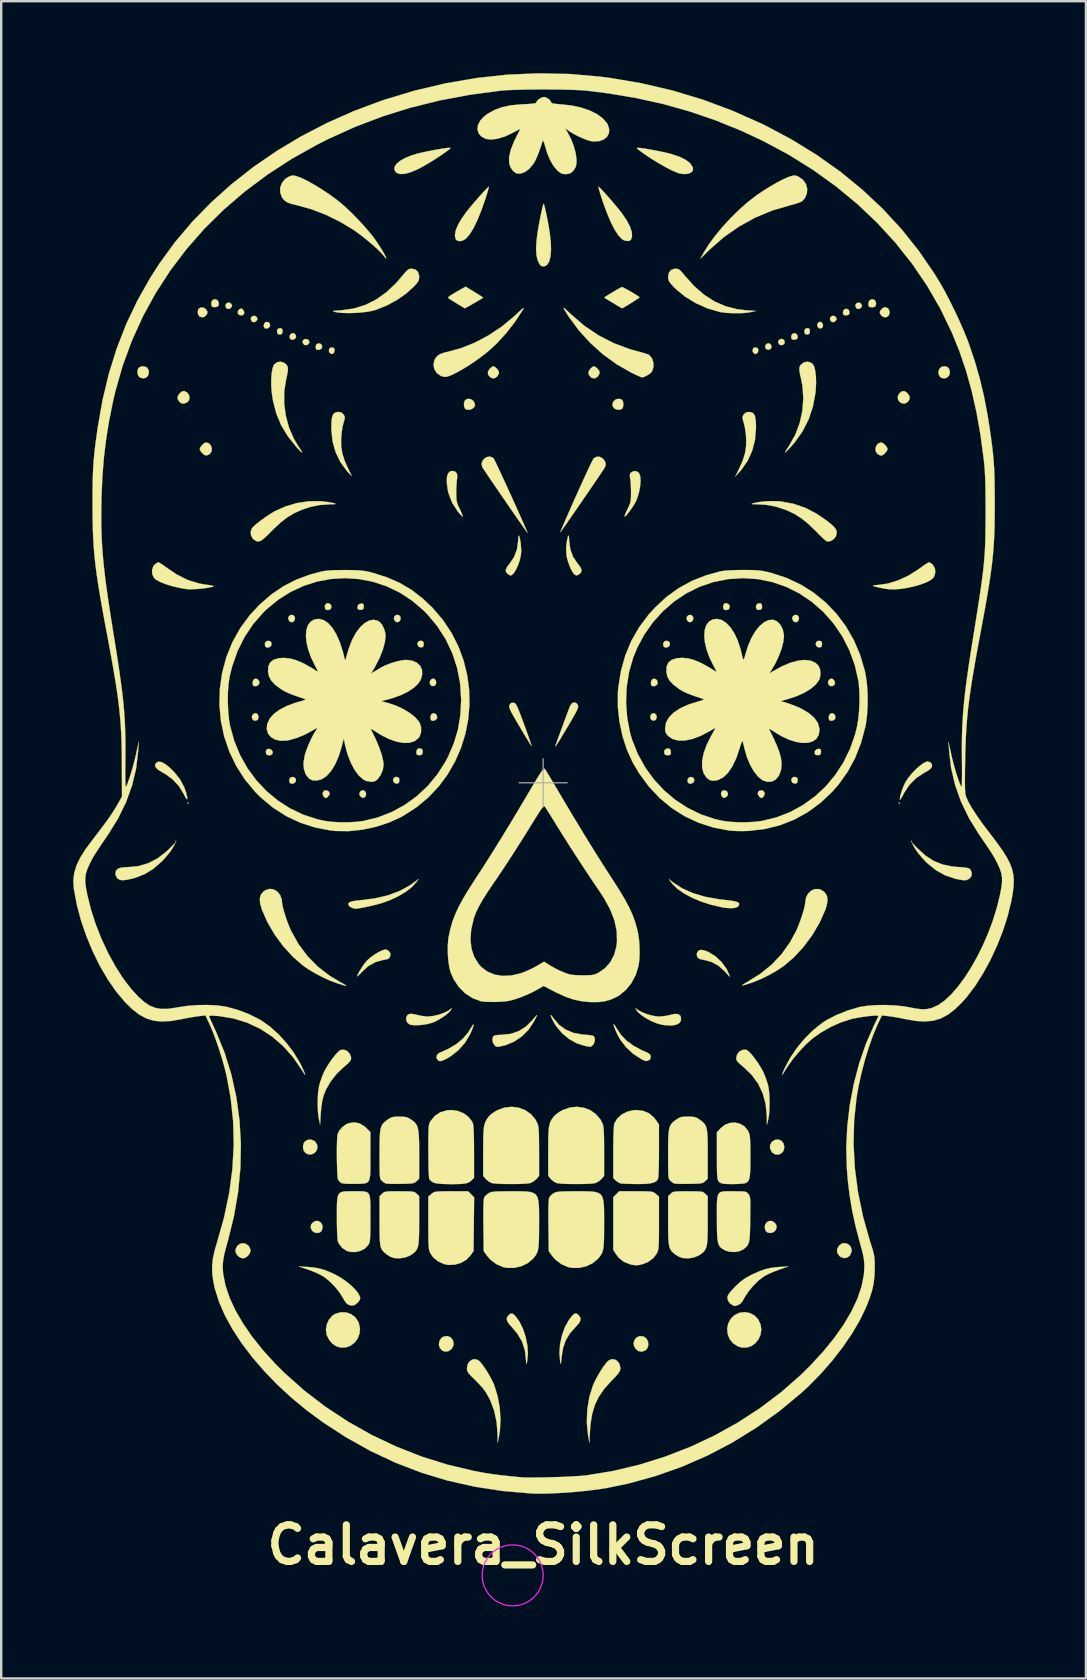
<source format=kicad_pcb>
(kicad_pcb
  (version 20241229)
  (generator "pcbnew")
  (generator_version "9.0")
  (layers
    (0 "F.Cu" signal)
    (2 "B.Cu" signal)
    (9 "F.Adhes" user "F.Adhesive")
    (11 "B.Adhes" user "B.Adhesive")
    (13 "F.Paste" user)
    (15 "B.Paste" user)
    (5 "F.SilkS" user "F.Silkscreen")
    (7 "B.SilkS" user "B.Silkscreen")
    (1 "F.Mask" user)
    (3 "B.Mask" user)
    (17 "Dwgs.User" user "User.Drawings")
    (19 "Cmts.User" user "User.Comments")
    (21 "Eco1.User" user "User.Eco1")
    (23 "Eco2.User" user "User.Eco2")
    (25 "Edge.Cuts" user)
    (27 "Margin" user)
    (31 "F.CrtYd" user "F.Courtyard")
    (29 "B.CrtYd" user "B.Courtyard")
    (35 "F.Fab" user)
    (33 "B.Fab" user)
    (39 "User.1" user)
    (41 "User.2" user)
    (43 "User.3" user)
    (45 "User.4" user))
  (footprint "Calavera_SilkScreen"
    (layer "F.Cu")
    (at 19.579 29.565)
    (property "Reference" "Calavera_SilkScreen" (at 0 31.75 0) (layer "F.SilkS") (effects (font (size 1.524 1.524) (thickness 0.3))))
    (attr exclude_from_pos_files exclude_from_bom)
    (fp_poly (pts (xy -15.282 2.434) (xy -15.303 2.455) (xy -15.325 2.434) (xy -15.303 2.413) (xy -15.282 2.434)) (stroke (width 0.01) (type solid)) (fill yes) (layer "F.SilkS"))
    (fp_poly (pts (xy 15.367 2.434) (xy 15.346 2.455) (xy 15.325 2.434) (xy 15.346 2.413) (xy 15.367 2.434)) (stroke (width 0.01) (type solid)) (fill yes) (layer "F.SilkS"))
    (fp_poly (pts (xy -14.788 0.818) (xy -14.783 0.869) (xy -14.788 0.875) (xy -14.814 0.869) (xy -14.817 0.847) (xy -14.801 0.812) (xy -14.788 0.818)) (stroke (width 0.01) (type solid)) (fill yes) (layer "F.SilkS"))
    (fp_poly (pts (xy 14.845 0.818) (xy 14.85 0.869) (xy 14.845 0.875) (xy 14.82 0.869) (xy 14.817 0.847) (xy 14.832 0.812) (xy 14.845 0.818)) (stroke (width 0.01) (type solid)) (fill yes) (layer "F.SilkS"))
    (fp_poly (pts (xy -13.06 -20.002) (xy -13.004 -19.965) (xy -12.959 -19.892) (xy -12.98 -19.822) (xy -13.062 -19.747) (xy -13.153 -19.747) (xy -13.206 -19.788) (xy -13.241 -19.878) (xy -13.214 -19.956) (xy -13.146 -20.004) (xy -13.06 -20.002)) (stroke (width 0.01) (type solid)) (fill yes) (layer "F.SilkS"))
    (fp_poly (pts (xy -12.002 -19.452) (xy -11.946 -19.415) (xy -11.9 -19.342) (xy -11.922 -19.271) (xy -12.004 -19.197) (xy -12.094 -19.197) (xy -12.148 -19.238) (xy -12.183 -19.328) (xy -12.156 -19.406) (xy -12.088 -19.454) (xy -12.002 -19.452)) (stroke (width 0.01) (type solid)) (fill yes) (layer "F.SilkS"))
    (fp_poly (pts (xy -11.33 -1.386) (xy -11.271 -1.306) (xy -11.274 -1.212) (xy -11.331 -1.16) (xy -11.422 -1.144) (xy -11.507 -1.166) (xy -11.541 -1.204) (xy -11.555 -1.318) (xy -11.509 -1.396) (xy -11.434 -1.418) (xy -11.33 -1.386)) (stroke (width 0.01) (type solid)) (fill yes) (layer "F.SilkS"))
    (fp_poly (pts (xy -8.89 -7.464) (xy -8.828 -7.387) (xy -8.826 -7.283) (xy -8.881 -7.219) (xy -8.968 -7.196) (xy -9.051 -7.216) (xy -9.085 -7.258) (xy -9.098 -7.371) (xy -9.053 -7.456) (xy -8.992 -7.484) (xy -8.89 -7.464)) (stroke (width 0.01) (type solid)) (fill yes) (layer "F.SilkS"))
    (fp_poly (pts (xy 7.705 -7.464) (xy 7.767 -7.387) (xy 7.769 -7.283) (xy 7.714 -7.219) (xy 7.626 -7.196) (xy 7.544 -7.216) (xy 7.509 -7.258) (xy 7.497 -7.371) (xy 7.541 -7.456) (xy 7.603 -7.484) (xy 7.705 -7.464)) (stroke (width 0.01) (type solid)) (fill yes) (layer "F.SilkS"))
    (fp_poly (pts (xy 10.024 -18.464) (xy 10.067 -18.386) (xy 10.047 -18.292) (xy 9.975 -18.238) (xy 9.88 -18.241) (xy 9.843 -18.261) (xy 9.79 -18.338) (xy 9.799 -18.41) (xy 9.856 -18.48) (xy 9.942 -18.497) (xy 10.024 -18.464)) (stroke (width 0.01) (type solid)) (fill yes) (layer "F.SilkS"))
    (fp_poly (pts (xy 11.598 -19.189) (xy 11.651 -19.115) (xy 11.663 -19.045) (xy 11.632 -18.961) (xy 11.56 -18.927) (xy 11.479 -18.948) (xy 11.435 -18.999) (xy 11.416 -19.092) (xy 11.45 -19.161) (xy 11.523 -19.209) (xy 11.598 -19.189)) (stroke (width 0.01) (type solid)) (fill yes) (layer "F.SilkS"))
    (fp_poly (pts (xy 12.054 -4.332) (xy 12.124 -4.27) (xy 12.16 -4.181) (xy 12.148 -4.102) (xy 12.071 -4.034) (xy 11.973 -4.031) (xy 11.897 -4.083) (xy 11.867 -4.177) (xy 11.897 -4.275) (xy 11.971 -4.338) (xy 12.054 -4.332)) (stroke (width 0.01) (type solid)) (fill yes) (layer "F.SilkS"))
    (fp_poly (pts (xy 12.128 -19.452) (xy 12.184 -19.415) (xy 12.23 -19.342) (xy 12.208 -19.271) (xy 12.126 -19.197) (xy 12.036 -19.197) (xy 11.982 -19.238) (xy 11.947 -19.328) (xy 11.974 -19.406) (xy 12.042 -19.454) (xy 12.128 -19.452)) (stroke (width 0.01) (type solid)) (fill yes) (layer "F.SilkS"))
    (fp_poly (pts (xy 13.187 -20.002) (xy 13.242 -19.965) (xy 13.288 -19.892) (xy 13.266 -19.822) (xy 13.185 -19.747) (xy 13.094 -19.747) (xy 13.041 -19.788) (xy 13.005 -19.878) (xy 13.032 -19.956) (xy 13.1 -20.004) (xy 13.187 -20.002)) (stroke (width 0.01) (type solid)) (fill yes) (layer "F.SilkS"))
    (fp_poly (pts (xy -12.557 -19.757) (xy -12.486 -19.696) (xy -12.452 -19.599) (xy -12.459 -19.543) (xy -12.519 -19.484) (xy -12.608 -19.475) (xy -12.69 -19.513) (xy -12.724 -19.565) (xy -12.717 -19.654) (xy -12.662 -19.729) (xy -12.583 -19.761) (xy -12.557 -19.757)) (stroke (width 0.01) (type solid)) (fill yes) (layer "F.SilkS"))
    (fp_poly (pts (xy -11.452 -19.197) (xy -11.387 -19.136) (xy -11.376 -19.042) (xy -11.391 -19.002) (xy -11.461 -18.939) (xy -11.553 -18.924) (xy -11.613 -18.951) (xy -11.646 -19.034) (xy -11.624 -19.13) (xy -11.561 -19.196) (xy -11.55 -19.201) (xy -11.452 -19.197)) (stroke (width 0.01) (type solid)) (fill yes) (layer "F.SilkS"))
    (fp_poly (pts (xy -11.368 -5.897) (xy -11.315 -5.825) (xy -11.323 -5.731) (xy -11.347 -5.692) (xy -11.428 -5.64) (xy -11.518 -5.637) (xy -11.58 -5.684) (xy -11.583 -5.691) (xy -11.596 -5.81) (xy -11.541 -5.892) (xy -11.465 -5.919) (xy -11.368 -5.897)) (stroke (width 0.01) (type solid)) (fill yes) (layer "F.SilkS"))
    (fp_poly (pts (xy -10.889 -18.93) (xy -10.861 -18.872) (xy -10.858 -18.817) (xy -10.873 -18.721) (xy -10.93 -18.681) (xy -10.954 -18.677) (xy -11.042 -18.691) (xy -11.074 -18.727) (xy -11.09 -18.844) (xy -11.043 -18.922) (xy -10.964 -18.944) (xy -10.889 -18.93)) (stroke (width 0.01) (type solid)) (fill yes) (layer "F.SilkS"))
    (fp_poly (pts (xy -10.352 -0.224) (xy -10.299 -0.152) (xy -10.307 -0.058) (xy -10.331 -0.019) (xy -10.412 0.033) (xy -10.502 0.035) (xy -10.564 -0.011) (xy -10.567 -0.019) (xy -10.58 -0.137) (xy -10.525 -0.219) (xy -10.449 -0.246) (xy -10.352 -0.224)) (stroke (width 0.01) (type solid)) (fill yes) (layer "F.SilkS"))
    (fp_poly (pts (xy -10.349 -18.71) (xy -10.343 -18.705) (xy -10.299 -18.626) (xy -10.296 -18.567) (xy -10.339 -18.498) (xy -10.42 -18.463) (xy -10.505 -18.47) (xy -10.555 -18.519) (xy -10.562 -18.621) (xy -10.516 -18.7) (xy -10.437 -18.736) (xy -10.349 -18.71)) (stroke (width 0.01) (type solid)) (fill yes) (layer "F.SilkS"))
    (fp_poly (pts (xy -9.809 -18.477) (xy -9.75 -18.415) (xy -9.743 -18.333) (xy -9.799 -18.259) (xy -9.815 -18.249) (xy -9.913 -18.233) (xy -9.968 -18.261) (xy -10.024 -18.342) (xy -10.012 -18.427) (xy -9.94 -18.486) (xy -9.91 -18.493) (xy -9.809 -18.477)) (stroke (width 0.01) (type solid)) (fill yes) (layer "F.SilkS"))
    (fp_poly (pts (xy -9.26 -18.282) (xy -9.211 -18.212) (xy -9.212 -18.127) (xy -9.233 -18.092) (xy -9.314 -18.043) (xy -9.408 -18.038) (xy -9.454 -18.062) (xy -9.482 -18.141) (xy -9.461 -18.236) (xy -9.425 -18.284) (xy -9.339 -18.313) (xy -9.26 -18.282)) (stroke (width 0.01) (type solid)) (fill yes) (layer "F.SilkS"))
    (fp_poly (pts (xy -8.719 -18.117) (xy -8.685 -18.039) (xy -8.702 -17.94) (xy -8.765 -17.875) (xy -8.805 -17.866) (xy -8.855 -17.886) (xy -8.883 -17.902) (xy -8.922 -17.967) (xy -8.925 -18.039) (xy -8.891 -18.118) (xy -8.805 -18.14) (xy -8.719 -18.117)) (stroke (width 0.01) (type solid)) (fill yes) (layer "F.SilkS"))
    (fp_poly (pts (xy -7.5 -7.457) (xy -7.474 -7.396) (xy -7.472 -7.345) (xy -7.485 -7.252) (xy -7.54 -7.213) (xy -7.588 -7.204) (xy -7.693 -7.216) (xy -7.733 -7.263) (xy -7.734 -7.365) (xy -7.671 -7.444) (xy -7.573 -7.472) (xy -7.5 -7.457)) (stroke (width 0.01) (type solid)) (fill yes) (layer "F.SilkS"))
    (fp_poly (pts (xy -7.435 0.338) (xy -7.384 0.411) (xy -7.376 0.502) (xy -7.41 0.574) (xy -7.467 0.625) (xy -7.527 0.621) (xy -7.588 0.589) (xy -7.652 0.511) (xy -7.65 0.412) (xy -7.595 0.336) (xy -7.511 0.306) (xy -7.435 0.338)) (stroke (width 0.01) (type solid)) (fill yes) (layer "F.SilkS"))
    (fp_poly (pts (xy -4.538 -4.334) (xy -4.473 -4.269) (xy -4.453 -4.162) (xy -4.453 -4.152) (xy -4.497 -4.061) (xy -4.58 -4.026) (xy -4.67 -4.056) (xy -4.696 -4.081) (xy -4.727 -4.176) (xy -4.699 -4.275) (xy -4.629 -4.336) (xy -4.538 -4.334)) (stroke (width 0.01) (type solid)) (fill yes) (layer "F.SilkS"))
    (fp_poly (pts (xy 4.648 -2.895) (xy 4.714 -2.83) (xy 4.734 -2.722) (xy 4.733 -2.713) (xy 4.689 -2.622) (xy 4.607 -2.587) (xy 4.516 -2.617) (xy 4.491 -2.642) (xy 4.459 -2.737) (xy 4.488 -2.836) (xy 4.558 -2.897) (xy 4.648 -2.895)) (stroke (width 0.01) (type solid)) (fill yes) (layer "F.SilkS"))
    (fp_poly (pts (xy 5.227 -5.897) (xy 5.279 -5.825) (xy 5.272 -5.731) (xy 5.248 -5.692) (xy 5.167 -5.64) (xy 5.077 -5.637) (xy 5.015 -5.684) (xy 5.012 -5.691) (xy 4.998 -5.81) (xy 5.053 -5.892) (xy 5.13 -5.919) (xy 5.227 -5.897)) (stroke (width 0.01) (type solid)) (fill yes) (layer "F.SilkS"))
    (fp_poly (pts (xy 6.243 -0.224) (xy 6.295 -0.152) (xy 6.288 -0.058) (xy 6.264 -0.019) (xy 6.183 0.033) (xy 6.093 0.035) (xy 6.031 -0.011) (xy 6.028 -0.019) (xy 6.014 -0.137) (xy 6.069 -0.219) (xy 6.146 -0.246) (xy 6.243 -0.224)) (stroke (width 0.01) (type solid)) (fill yes) (layer "F.SilkS"))
    (fp_poly (pts (xy 8.934 -18.117) (xy 8.968 -18.039) (xy 8.951 -17.94) (xy 8.888 -17.875) (xy 8.848 -17.866) (xy 8.798 -17.886) (xy 8.77 -17.902) (xy 8.731 -17.967) (xy 8.728 -18.039) (xy 8.762 -18.118) (xy 8.848 -18.14) (xy 8.934 -18.117)) (stroke (width 0.01) (type solid)) (fill yes) (layer "F.SilkS"))
    (fp_poly (pts (xy 9.1 -7.452) (xy 9.122 -7.366) (xy 9.123 -7.345) (xy 9.11 -7.252) (xy 9.055 -7.213) (xy 9.01 -7.205) (xy 8.916 -7.214) (xy 8.869 -7.281) (xy 8.87 -7.388) (xy 8.933 -7.465) (xy 9.034 -7.484) (xy 9.1 -7.452)) (stroke (width 0.01) (type solid)) (fill yes) (layer "F.SilkS"))
    (fp_poly (pts (xy 9.432 -18.304) (xy 9.469 -18.282) (xy 9.513 -18.202) (xy 9.516 -18.144) (xy 9.471 -18.069) (xy 9.387 -18.041) (xy 9.3 -18.069) (xy 9.277 -18.09) (xy 9.246 -18.177) (xy 9.277 -18.256) (xy 9.346 -18.306) (xy 9.432 -18.304)) (stroke (width 0.01) (type solid)) (fill yes) (layer "F.SilkS"))
    (fp_poly (pts (xy 11.082 -18.93) (xy 11.11 -18.872) (xy 11.113 -18.817) (xy 11.098 -18.721) (xy 11.041 -18.681) (xy 11.017 -18.677) (xy 10.929 -18.691) (xy 10.897 -18.727) (xy 10.881 -18.844) (xy 10.928 -18.922) (xy 11.007 -18.944) (xy 11.082 -18.93)) (stroke (width 0.01) (type solid)) (fill yes) (layer "F.SilkS"))
    (fp_poly (pts (xy 11.55 -1.404) (xy 11.576 -1.343) (xy 11.578 -1.291) (xy 11.565 -1.198) (xy 11.51 -1.159) (xy 11.462 -1.151) (xy 11.357 -1.163) (xy 11.317 -1.209) (xy 11.316 -1.312) (xy 11.379 -1.39) (xy 11.477 -1.418) (xy 11.55 -1.404)) (stroke (width 0.01) (type solid)) (fill yes) (layer "F.SilkS"))
    (fp_poly (pts (xy -13.575 -20.114) (xy -13.517 -20.021) (xy -13.512 -19.931) (xy -13.544 -19.857) (xy -13.628 -19.824) (xy -13.662 -19.82) (xy -13.76 -19.821) (xy -13.808 -19.864) (xy -13.825 -19.916) (xy -13.823 -20.036) (xy -13.763 -20.122) (xy -13.674 -20.151) (xy -13.575 -20.114)) (stroke (width 0.01) (type solid)) (fill yes) (layer "F.SilkS"))
    (fp_poly (pts (xy -11.911 -2.874) (xy -11.863 -2.794) (xy -11.859 -2.697) (xy -11.898 -2.622) (xy -11.92 -2.608) (xy -12.015 -2.585) (xy -12.079 -2.615) (xy -12.106 -2.644) (xy -12.139 -2.732) (xy -12.116 -2.82) (xy -12.054 -2.884) (xy -11.973 -2.902) (xy -11.911 -2.874)) (stroke (width 0.01) (type solid)) (fill yes) (layer "F.SilkS"))
    (fp_poly (pts (xy -11.887 -4.309) (xy -11.834 -4.237) (xy -11.824 -4.147) (xy -11.855 -4.083) (xy -11.937 -4.031) (xy -12.032 -4.026) (xy -12.079 -4.05) (xy -12.106 -4.126) (xy -12.096 -4.229) (xy -12.054 -4.31) (xy -12.049 -4.314) (xy -11.965 -4.342) (xy -11.887 -4.309)) (stroke (width 0.01) (type solid)) (fill yes) (layer "F.SilkS"))
    (fp_poly (pts (xy -10.402 -6.979) (xy -10.343 -6.907) (xy -10.34 -6.813) (xy -10.385 -6.729) (xy -10.468 -6.689) (xy -10.477 -6.689) (xy -10.546 -6.716) (xy -10.575 -6.739) (xy -10.622 -6.831) (xy -10.606 -6.92) (xy -10.545 -6.984) (xy -10.454 -6.998) (xy -10.402 -6.979)) (stroke (width 0.01) (type solid)) (fill yes) (layer "F.SilkS"))
    (fp_poly (pts (xy -6.022 -0.222) (xy -5.992 -0.157) (xy -5.99 -0.106) (xy -6.006 -0.009) (xy -6.064 0.031) (xy -6.079 0.034) (xy -6.175 0.016) (xy -6.22 -0.017) (xy -6.258 -0.113) (xy -6.23 -0.198) (xy -6.15 -0.245) (xy -6.103 -0.246) (xy -6.022 -0.222)) (stroke (width 0.01) (type solid)) (fill yes) (layer "F.SilkS"))
    (fp_poly (pts (xy -6 -6.979) (xy -5.941 -6.907) (xy -5.938 -6.813) (xy -5.982 -6.729) (xy -6.065 -6.689) (xy -6.075 -6.689) (xy -6.143 -6.716) (xy -6.172 -6.739) (xy -6.219 -6.831) (xy -6.204 -6.92) (xy -6.142 -6.984) (xy -6.052 -6.998) (xy -6 -6.979)) (stroke (width 0.01) (type solid)) (fill yes) (layer "F.SilkS"))
    (fp_poly (pts (xy -5.006 -5.894) (xy -4.976 -5.829) (xy -4.974 -5.779) (xy -4.99 -5.681) (xy -5.048 -5.642) (xy -5.063 -5.639) (xy -5.159 -5.656) (xy -5.204 -5.69) (xy -5.242 -5.785) (xy -5.214 -5.871) (xy -5.134 -5.917) (xy -5.087 -5.919) (xy -5.006 -5.894)) (stroke (width 0.01) (type solid)) (fill yes) (layer "F.SilkS"))
    (fp_poly (pts (xy -4.479 -2.87) (xy -4.426 -2.798) (xy -4.416 -2.708) (xy -4.447 -2.644) (xy -4.529 -2.592) (xy -4.624 -2.586) (xy -4.671 -2.611) (xy -4.698 -2.687) (xy -4.688 -2.789) (xy -4.645 -2.87) (xy -4.641 -2.874) (xy -4.557 -2.903) (xy -4.479 -2.87)) (stroke (width 0.01) (type solid)) (fill yes) (layer "F.SilkS"))
    (fp_poly (pts (xy 4.707 -4.309) (xy 4.76 -4.237) (xy 4.77 -4.147) (xy 4.74 -4.083) (xy 4.658 -4.031) (xy 4.563 -4.026) (xy 4.516 -4.05) (xy 4.488 -4.126) (xy 4.498 -4.229) (xy 4.541 -4.31) (xy 4.545 -4.314) (xy 4.629 -4.342) (xy 4.707 -4.309)) (stroke (width 0.01) (type solid)) (fill yes) (layer "F.SilkS"))
    (fp_poly (pts (xy 5.264 -1.425) (xy 5.308 -1.364) (xy 5.315 -1.339) (xy 5.326 -1.242) (xy 5.314 -1.188) (xy 5.25 -1.15) (xy 5.156 -1.147) (xy 5.076 -1.176) (xy 5.054 -1.204) (xy 5.041 -1.323) (xy 5.096 -1.405) (xy 5.174 -1.431) (xy 5.264 -1.425)) (stroke (width 0.01) (type solid)) (fill yes) (layer "F.SilkS"))
    (fp_poly (pts (xy 6.192 -6.979) (xy 6.251 -6.907) (xy 6.254 -6.813) (xy 6.21 -6.729) (xy 6.127 -6.689) (xy 6.117 -6.689) (xy 6.049 -6.716) (xy 6.02 -6.739) (xy 5.973 -6.831) (xy 5.988 -6.92) (xy 6.05 -6.984) (xy 6.14 -6.998) (xy 6.192 -6.979)) (stroke (width 0.01) (type solid)) (fill yes) (layer "F.SilkS"))
    (fp_poly (pts (xy 7.67 0.371) (xy 7.702 0.454) (xy 7.68 0.54) (xy 7.623 0.591) (xy 7.546 0.628) (xy 7.503 0.623) (xy 7.459 0.584) (xy 7.412 0.492) (xy 7.419 0.394) (xy 7.477 0.324) (xy 7.495 0.317) (xy 7.597 0.317) (xy 7.67 0.371)) (stroke (width 0.01) (type solid)) (fill yes) (layer "F.SilkS"))
    (fp_poly (pts (xy 9.173 0.335) (xy 9.225 0.409) (xy 9.229 0.439) (xy 9.204 0.539) (xy 9.146 0.615) (xy 9.096 0.635) (xy 9.045 0.608) (xy 8.999 0.568) (xy 8.938 0.468) (xy 8.96 0.376) (xy 8.994 0.34) (xy 9.085 0.307) (xy 9.173 0.335)) (stroke (width 0.01) (type solid)) (fill yes) (layer "F.SilkS"))
    (fp_poly (pts (xy 10.554 -18.704) (xy 10.603 -18.627) (xy 10.601 -18.527) (xy 10.599 -18.521) (xy 10.543 -18.474) (xy 10.451 -18.457) (xy 10.369 -18.476) (xy 10.358 -18.486) (xy 10.33 -18.564) (xy 10.351 -18.659) (xy 10.387 -18.707) (xy 10.474 -18.737) (xy 10.554 -18.704)) (stroke (width 0.01) (type solid)) (fill yes) (layer "F.SilkS"))
    (fp_poly (pts (xy 10.573 -0.222) (xy 10.602 -0.157) (xy 10.604 -0.106) (xy 10.589 -0.009) (xy 10.531 0.031) (xy 10.516 0.034) (xy 10.42 0.016) (xy 10.375 -0.017) (xy 10.337 -0.113) (xy 10.365 -0.198) (xy 10.445 -0.245) (xy 10.492 -0.246) (xy 10.573 -0.222)) (stroke (width 0.01) (type solid)) (fill yes) (layer "F.SilkS"))
    (fp_poly (pts (xy 10.595 -6.979) (xy 10.654 -6.907) (xy 10.657 -6.813) (xy 10.613 -6.729) (xy 10.53 -6.689) (xy 10.52 -6.689) (xy 10.452 -6.716) (xy 10.422 -6.739) (xy 10.375 -6.831) (xy 10.391 -6.92) (xy 10.452 -6.984) (xy 10.543 -6.998) (xy 10.595 -6.979)) (stroke (width 0.01) (type solid)) (fill yes) (layer "F.SilkS"))
    (fp_poly (pts (xy 11.589 -5.894) (xy 11.618 -5.829) (xy 11.62 -5.779) (xy 11.605 -5.681) (xy 11.547 -5.642) (xy 11.532 -5.639) (xy 11.436 -5.656) (xy 11.391 -5.69) (xy 11.353 -5.785) (xy 11.381 -5.871) (xy 11.461 -5.917) (xy 11.508 -5.919) (xy 11.589 -5.894)) (stroke (width 0.01) (type solid)) (fill yes) (layer "F.SilkS"))
    (fp_poly (pts (xy 12.116 -2.87) (xy 12.169 -2.798) (xy 12.179 -2.708) (xy 12.148 -2.644) (xy 12.066 -2.592) (xy 11.971 -2.586) (xy 11.924 -2.611) (xy 11.897 -2.687) (xy 11.907 -2.789) (xy 11.949 -2.87) (xy 11.954 -2.874) (xy 12.038 -2.903) (xy 12.116 -2.87)) (stroke (width 0.01) (type solid)) (fill yes) (layer "F.SilkS"))
    (fp_poly (pts (xy 12.713 -19.72) (xy 12.762 -19.643) (xy 12.76 -19.543) (xy 12.758 -19.537) (xy 12.702 -19.49) (xy 12.61 -19.473) (xy 12.528 -19.492) (xy 12.517 -19.502) (xy 12.489 -19.58) (xy 12.51 -19.675) (xy 12.546 -19.723) (xy 12.633 -19.753) (xy 12.713 -19.72)) (stroke (width 0.01) (type solid)) (fill yes) (layer "F.SilkS"))
    (fp_poly (pts (xy -8.999 0.319) (xy -8.918 0.373) (xy -8.89 0.447) (xy -8.918 0.517) (xy -8.98 0.592) (xy -9.044 0.634) (xy -9.054 0.635) (xy -9.107 0.609) (xy -9.136 0.584) (xy -9.183 0.492) (xy -9.175 0.394) (xy -9.118 0.324) (xy -9.1 0.317) (xy -8.999 0.319)) (stroke (width 0.01) (type solid)) (fill yes) (layer "F.SilkS"))
    (fp_poly (pts (xy -5.131 -1.431) (xy -5.049 -1.408) (xy -5.019 -1.344) (xy -5.016 -1.291) (xy -5.03 -1.198) (xy -5.084 -1.159) (xy -5.129 -1.151) (xy -5.223 -1.157) (xy -5.27 -1.185) (xy -5.283 -1.259) (xy -5.273 -1.339) (xy -5.236 -1.416) (xy -5.16 -1.434) (xy -5.131 -1.431)) (stroke (width 0.01) (type solid)) (fill yes) (layer "F.SilkS"))
    (fp_poly (pts (xy 14.368 -19.768) (xy 14.427 -19.666) (xy 14.436 -19.593) (xy 14.403 -19.477) (xy 14.322 -19.408) (xy 14.217 -19.396) (xy 14.114 -19.445) (xy 14.072 -19.494) (xy 14.027 -19.577) (xy 14.034 -19.643) (xy 14.072 -19.706) (xy 14.168 -19.795) (xy 14.274 -19.813) (xy 14.368 -19.768)) (stroke (width 0.01) (type solid)) (fill yes) (layer "F.SilkS"))
    (fp_poly (pts (xy 16.85 -17.323) (xy 16.927 -17.225) (xy 16.947 -17.094) (xy 16.913 -16.967) (xy 16.825 -16.881) (xy 16.709 -16.847) (xy 16.589 -16.874) (xy 16.534 -16.915) (xy 16.484 -17.006) (xy 16.468 -17.103) (xy 16.503 -17.243) (xy 16.6 -17.332) (xy 16.72 -17.357) (xy 16.85 -17.323)) (stroke (width 0.01) (type solid)) (fill yes) (layer "F.SilkS"))
    (fp_poly (pts (xy -14.932 -16.318) (xy -14.814 -16.248) (xy -14.746 -16.138) (xy -14.732 -16.014) (xy -14.779 -15.9) (xy -14.826 -15.856) (xy -14.961 -15.796) (xy -15.082 -15.818) (xy -15.155 -15.875) (xy -15.23 -15.994) (xy -15.219 -16.119) (xy -15.133 -16.239) (xy -15.033 -16.314) (xy -14.94 -16.32) (xy -14.932 -16.318)) (stroke (width 0.01) (type solid)) (fill yes) (layer "F.SilkS"))
    (fp_poly (pts (xy -14.128 -19.791) (xy -14.033 -19.712) (xy -14.03 -19.706) (xy -13.985 -19.623) (xy -13.992 -19.558) (xy -14.03 -19.494) (xy -14.124 -19.406) (xy -14.239 -19.4) (xy -14.319 -19.434) (xy -14.375 -19.509) (xy -14.392 -19.62) (xy -14.367 -19.726) (xy -14.343 -19.761) (xy -14.242 -19.81) (xy -14.128 -19.791)) (stroke (width 0.01) (type solid)) (fill yes) (layer "F.SilkS"))
    (fp_poly (pts (xy -9.277 18.306) (xy -9.209 18.402) (xy -9.188 18.528) (xy -9.229 18.669) (xy -9.23 18.672) (xy -9.308 18.738) (xy -9.422 18.757) (xy -9.54 18.73) (xy -9.628 18.66) (xy -9.689 18.525) (xy -9.666 18.404) (xy -9.61 18.33) (xy -9.492 18.257) (xy -9.376 18.253) (xy -9.277 18.306)) (stroke (width 0.01) (type solid)) (fill yes) (layer "F.SilkS"))
    (fp_poly (pts (xy -2.968 -15.964) (xy -2.876 -15.871) (xy -2.836 -15.751) (xy -2.836 -15.745) (xy -2.873 -15.648) (xy -2.965 -15.576) (xy -3.082 -15.54) (xy -3.195 -15.552) (xy -3.251 -15.587) (xy -3.288 -15.664) (xy -3.302 -15.769) (xy -3.276 -15.908) (xy -3.196 -15.983) (xy -3.084 -16.002) (xy -2.968 -15.964)) (stroke (width 0.01) (type solid)) (fill yes) (layer "F.SilkS"))
    (fp_poly (pts (xy 9.532 18.256) (xy 9.65 18.328) (xy 9.652 18.33) (xy 9.726 18.447) (xy 9.718 18.572) (xy 9.671 18.66) (xy 9.58 18.731) (xy 9.462 18.757) (xy 9.348 18.737) (xy 9.272 18.672) (xy 9.231 18.53) (xy 9.251 18.404) (xy 9.318 18.307) (xy 9.417 18.254) (xy 9.532 18.256)) (stroke (width 0.01) (type solid)) (fill yes) (layer "F.SilkS"))
    (fp_poly (pts (xy 12.692 19.212) (xy 12.794 19.295) (xy 12.851 19.417) (xy 12.851 19.536) (xy 12.788 19.685) (xy 12.681 19.777) (xy 12.548 19.805) (xy 12.41 19.764) (xy 12.338 19.708) (xy 12.251 19.573) (xy 12.248 19.43) (xy 12.322 19.289) (xy 12.436 19.199) (xy 12.566 19.177) (xy 12.692 19.212)) (stroke (width 0.01) (type solid)) (fill yes) (layer "F.SilkS"))
    (fp_poly (pts (xy 13.785 -20.133) (xy 13.853 -20.063) (xy 13.874 -19.956) (xy 13.868 -19.918) (xy 13.826 -19.837) (xy 13.737 -19.812) (xy 13.722 -19.812) (xy 13.626 -19.821) (xy 13.575 -19.84) (xy 13.548 -19.916) (xy 13.557 -20.018) (xy 13.597 -20.099) (xy 13.597 -20.1) (xy 13.693 -20.15) (xy 13.785 -20.133)) (stroke (width 0.01) (type solid)) (fill yes) (layer "F.SilkS"))
    (fp_poly (pts (xy 15.068 -16.317) (xy 15.167 -16.248) (xy 15.176 -16.239) (xy 15.265 -16.11) (xy 15.27 -15.986) (xy 15.198 -15.875) (xy 15.081 -15.801) (xy 14.956 -15.809) (xy 14.868 -15.856) (xy 14.789 -15.955) (xy 14.774 -16.077) (xy 14.816 -16.197) (xy 14.911 -16.29) (xy 14.975 -16.318) (xy 15.068 -16.317)) (stroke (width 0.01) (type solid)) (fill yes) (layer "F.SilkS"))
    (fp_poly (pts (xy -16.521 -17.314) (xy -16.492 -17.29) (xy -16.442 -17.199) (xy -16.425 -17.103) (xy -16.459 -16.966) (xy -16.548 -16.878) (xy -16.669 -16.849) (xy -16.802 -16.89) (xy -16.826 -16.906) (xy -16.886 -16.995) (xy -16.904 -17.121) (xy -16.879 -17.244) (xy -16.851 -17.291) (xy -16.758 -17.344) (xy -16.635 -17.352) (xy -16.521 -17.314)) (stroke (width 0.01) (type solid)) (fill yes) (layer "F.SilkS"))
    (fp_poly (pts (xy -9.535 14.918) (xy -9.49 14.957) (xy -9.412 15.087) (xy -9.404 15.22) (xy -9.45 15.34) (xy -9.539 15.433) (xy -9.657 15.484) (xy -9.79 15.479) (xy -9.91 15.415) (xy -9.986 15.304) (xy -10.008 15.16) (xy -9.976 15.018) (xy -9.929 14.946) (xy -9.812 14.873) (xy -9.67 14.864) (xy -9.535 14.918)) (stroke (width 0.01) (type solid)) (fill yes) (layer "F.SilkS"))
    (fp_poly (pts (xy -3.878 23.089) (xy -3.784 23.18) (xy -3.733 23.302) (xy -3.735 23.439) (xy -3.802 23.572) (xy -3.829 23.603) (xy -3.965 23.69) (xy -4.11 23.695) (xy -4.219 23.644) (xy -4.312 23.534) (xy -4.344 23.394) (xy -4.319 23.25) (xy -4.24 23.13) (xy -4.153 23.073) (xy -4.005 23.048) (xy -3.878 23.089)) (stroke (width 0.01) (type solid)) (fill yes) (layer "F.SilkS"))
    (fp_poly (pts (xy 3.269 -15.971) (xy 3.294 -15.951) (xy 3.33 -15.875) (xy 3.344 -15.769) (xy 3.329 -15.66) (xy 3.294 -15.587) (xy 3.196 -15.542) (xy 3.073 -15.547) (xy 2.965 -15.598) (xy 2.949 -15.614) (xy 2.886 -15.72) (xy 2.9 -15.83) (xy 2.945 -15.908) (xy 3.038 -15.98) (xy 3.158 -16.002) (xy 3.269 -15.971)) (stroke (width 0.01) (type solid)) (fill yes) (layer "F.SilkS"))
    (fp_poly (pts (xy 4.157 23.06) (xy 4.195 23.073) (xy 4.311 23.161) (xy 4.374 23.291) (xy 4.383 23.436) (xy 4.333 23.57) (xy 4.261 23.644) (xy 4.117 23.702) (xy 3.973 23.676) (xy 3.872 23.603) (xy 3.788 23.472) (xy 3.77 23.335) (xy 3.809 23.207) (xy 3.894 23.108) (xy 4.013 23.053) (xy 4.157 23.06)) (stroke (width 0.01) (type solid)) (fill yes) (layer "F.SilkS"))
    (fp_poly (pts (xy 9.934 14.919) (xy 10.019 15.031) (xy 10.05 15.184) (xy 10.016 15.33) (xy 9.929 15.434) (xy 9.809 15.489) (xy 9.679 15.485) (xy 9.558 15.415) (xy 9.528 15.382) (xy 9.453 15.233) (xy 9.455 15.085) (xy 9.534 14.955) (xy 9.538 14.951) (xy 9.674 14.87) (xy 9.812 14.862) (xy 9.934 14.919)) (stroke (width 0.01) (type solid)) (fill yes) (layer "F.SilkS"))
    (fp_poly (pts (xy -12.365 19.217) (xy -12.259 19.305) (xy -12.199 19.434) (xy -12.192 19.502) (xy -12.229 19.619) (xy -12.32 19.726) (xy -12.437 19.798) (xy -12.509 19.812) (xy -12.615 19.783) (xy -12.719 19.712) (xy -12.723 19.708) (xy -12.81 19.573) (xy -12.814 19.43) (xy -12.739 19.289) (xy -12.626 19.201) (xy -12.494 19.18) (xy -12.365 19.217)) (stroke (width 0.01) (type solid)) (fill yes) (layer "F.SilkS"))
    (fp_poly (pts (xy 14.162 -14.15) (xy 14.25 -14.073) (xy 14.322 -13.981) (xy 14.351 -13.906) (xy 14.32 -13.828) (xy 14.247 -13.737) (xy 14.159 -13.661) (xy 14.087 -13.631) (xy 14.012 -13.654) (xy 13.937 -13.697) (xy 13.861 -13.795) (xy 13.843 -13.917) (xy 13.878 -14.039) (xy 13.956 -14.136) (xy 14.069 -14.181) (xy 14.087 -14.182) (xy 14.162 -14.15)) (stroke (width 0.01) (type solid)) (fill yes) (layer "F.SilkS"))
    (fp_poly (pts (xy -13.927 -14.146) (xy -13.844 -14.055) (xy -13.803 -13.935) (xy -13.812 -13.811) (xy -13.88 -13.708) (xy -13.895 -13.697) (xy -14.005 -13.64) (xy -14.098 -13.651) (xy -14.202 -13.732) (xy -14.205 -13.735) (xy -14.276 -13.824) (xy -14.308 -13.902) (xy -14.309 -13.906) (xy -14.278 -13.985) (xy -14.204 -14.076) (xy -14.117 -14.152) (xy -14.045 -14.182) (xy -13.927 -14.146)) (stroke (width 0.01) (type solid)) (fill yes) (layer "F.SilkS"))
    (fp_poly (pts (xy -2.016 -17.329) (xy -1.933 -17.261) (xy -1.922 -17.25) (xy -1.847 -17.15) (xy -1.841 -17.057) (xy -1.843 -17.049) (xy -1.911 -16.931) (xy -2.016 -16.859) (xy -2.074 -16.849) (xy -2.164 -16.874) (xy -2.21 -16.902) (xy -2.297 -17.011) (xy -2.301 -17.133) (xy -2.227 -17.25) (xy -2.144 -17.321) (xy -2.08 -17.356) (xy -2.074 -17.357) (xy -2.016 -17.329)) (stroke (width 0.01) (type solid)) (fill yes) (layer "F.SilkS"))
    (fp_poly (pts (xy 2.175 -17.329) (xy 2.258 -17.261) (xy 2.269 -17.25) (xy 2.344 -17.15) (xy 2.35 -17.057) (xy 2.348 -17.049) (xy 2.28 -16.931) (xy 2.175 -16.859) (xy 2.117 -16.849) (xy 2.027 -16.874) (xy 1.981 -16.902) (xy 1.894 -17.011) (xy 1.89 -17.133) (xy 1.964 -17.25) (xy 2.047 -17.321) (xy 2.111 -17.356) (xy 2.117 -17.357) (xy 2.175 -17.329)) (stroke (width 0.01) (type solid)) (fill yes) (layer "F.SilkS"))
    (fp_poly (pts (xy 8.616 22.092) (xy 8.812 22.197) (xy 8.961 22.356) (xy 9.061 22.569) (xy 9.09 22.786) (xy 9.058 22.995) (xy 8.974 23.186) (xy 8.845 23.345) (xy 8.681 23.464) (xy 8.49 23.529) (xy 8.28 23.53) (xy 8.107 23.477) (xy 7.909 23.347) (xy 7.768 23.17) (xy 7.687 22.963) (xy 7.668 22.742) (xy 7.711 22.524) (xy 7.82 22.325) (xy 7.971 22.178) (xy 8.175 22.079) (xy 8.397 22.052) (xy 8.616 22.092)) (stroke (width 0.01) (type solid)) (fill yes) (layer "F.SilkS"))
    (fp_poly (pts (xy -15.899 -0.865) (xy -15.732 -0.774) (xy -15.535 -0.612) (xy -15.364 -0.44) (xy -15.121 -0.133) (xy -14.951 0.188) (xy -14.88 0.392) (xy -14.836 0.567) (xy -14.824 0.666) (xy -14.841 0.688) (xy -14.887 0.632) (xy -14.96 0.497) (xy -14.976 0.464) (xy -15.176 0.136) (xy -15.442 -0.15) (xy -15.758 -0.378) (xy -15.845 -0.425) (xy -16.034 -0.538) (xy -16.141 -0.642) (xy -16.169 -0.741) (xy -16.129 -0.826) (xy -16.032 -0.883) (xy -15.899 -0.865)) (stroke (width 0.01) (type solid)) (fill yes) (layer "F.SilkS"))
    (fp_poly (pts (xy -8.206 22.064) (xy -7.995 22.139) (xy -7.819 22.276) (xy -7.694 22.469) (xy -7.682 22.497) (xy -7.631 22.73) (xy -7.65 22.952) (xy -7.728 23.154) (xy -7.855 23.323) (xy -8.021 23.45) (xy -8.215 23.522) (xy -8.428 23.53) (xy -8.617 23.478) (xy -8.776 23.371) (xy -8.916 23.207) (xy -9.014 23.017) (xy -9.018 23.004) (xy -9.05 22.787) (xy -9.015 22.566) (xy -8.922 22.362) (xy -8.78 22.2) (xy -8.665 22.126) (xy -8.434 22.058) (xy -8.206 22.064)) (stroke (width 0.01) (type solid)) (fill yes) (layer "F.SilkS"))
    (fp_poly (pts (xy 6.751 6.991) (xy 6.874 7.041) (xy 7.169 7.219) (xy 7.429 7.46) (xy 7.637 7.746) (xy 7.743 7.969) (xy 7.772 8.051) (xy 7.778 8.083) (xy 7.778 8.083) (xy 7.747 8.053) (xy 7.675 7.975) (xy 7.577 7.866) (xy 7.565 7.853) (xy 7.312 7.625) (xy 7.024 7.466) (xy 6.714 7.382) (xy 6.695 7.38) (xy 6.523 7.34) (xy 6.426 7.266) (xy 6.4 7.155) (xy 6.411 7.088) (xy 6.47 6.991) (xy 6.584 6.959) (xy 6.751 6.991)) (stroke (width 0.01) (type solid)) (fill yes) (layer "F.SilkS"))
    (fp_poly (pts (xy -2.896 10.085) (xy -2.916 10.164) (xy -2.963 10.292) (xy -3.037 10.461) (xy -3.045 10.477) (xy -3.255 10.829) (xy -3.531 11.141) (xy -3.86 11.399) (xy -4.052 11.509) (xy -4.198 11.575) (xy -4.296 11.596) (xy -4.367 11.572) (xy -4.394 11.549) (xy -4.446 11.447) (xy -4.427 11.341) (xy -4.345 11.262) (xy -4.329 11.254) (xy -3.928 11.072) (xy -3.601 10.874) (xy -3.336 10.651) (xy -3.122 10.395) (xy -3.011 10.216) (xy -2.942 10.104) (xy -2.904 10.063) (xy -2.896 10.085)) (stroke (width 0.01) (type solid)) (fill yes) (layer "F.SilkS"))
    (fp_poly (pts (xy -1.195 22.175) (xy -1.161 22.211) (xy -0.984 22.453) (xy -0.838 22.753) (xy -0.727 23.09) (xy -0.657 23.44) (xy -0.634 23.782) (xy -0.664 24.092) (xy -0.677 24.151) (xy -0.696 24.21) (xy -0.706 24.203) (xy -0.712 24.123) (xy -0.715 24.044) (xy -0.76 23.644) (xy -0.879 23.28) (xy -1.077 22.945) (xy -1.276 22.709) (xy -1.42 22.547) (xy -1.499 22.421) (xy -1.518 22.319) (xy -1.479 22.228) (xy -1.439 22.183) (xy -1.354 22.114) (xy -1.281 22.111) (xy -1.195 22.175)) (stroke (width 0.01) (type solid)) (fill yes) (layer "F.SilkS"))
    (fp_poly (pts (xy -0.998 -10.285) (xy -0.971 -10.186) (xy -0.937 -10.005) (xy -0.934 -9.986) (xy -0.912 -9.659) (xy -0.93 -9.47) (xy -0.978 -9.257) (xy -1.05 -9.052) (xy -1.135 -8.873) (xy -1.226 -8.733) (xy -1.314 -8.651) (xy -1.364 -8.636) (xy -1.405 -8.657) (xy -1.472 -8.702) (xy -1.548 -8.785) (xy -1.555 -8.887) (xy -1.491 -9.015) (xy -1.398 -9.131) (xy -1.212 -9.405) (xy -1.092 -9.723) (xy -1.043 -10.069) (xy -1.043 -10.083) (xy -1.035 -10.234) (xy -1.02 -10.301) (xy -0.998 -10.285)) (stroke (width 0.01) (type solid)) (fill yes) (layer "F.SilkS"))
    (fp_poly (pts (xy 2.959 10.069) (xy 3.011 10.144) (xy 3.053 10.216) (xy 3.241 10.498) (xy 3.474 10.741) (xy 3.761 10.953) (xy 4.115 11.144) (xy 4.371 11.254) (xy 4.46 11.324) (xy 4.49 11.421) (xy 4.457 11.514) (xy 4.405 11.556) (xy 4.336 11.587) (xy 4.275 11.591) (xy 4.194 11.562) (xy 4.085 11.508) (xy 3.753 11.292) (xy 3.456 11.017) (xy 3.213 10.701) (xy 3.111 10.52) (xy 3.031 10.347) (xy 2.974 10.208) (xy 2.942 10.109) (xy 2.936 10.06) (xy 2.959 10.069)) (stroke (width 0.01) (type solid)) (fill yes) (layer "F.SilkS"))
    (fp_poly (pts (xy 1.077 -10.243) (xy 1.085 -10.099) (xy 1.085 -10.083) (xy 1.131 -9.736) (xy 1.248 -9.417) (xy 1.432 -9.141) (xy 1.441 -9.131) (xy 1.557 -8.977) (xy 1.602 -8.857) (xy 1.577 -8.761) (xy 1.515 -8.702) (xy 1.433 -8.65) (xy 1.377 -8.644) (xy 1.308 -8.678) (xy 1.245 -8.748) (xy 1.172 -8.878) (xy 1.098 -9.046) (xy 1.032 -9.231) (xy 0.984 -9.41) (xy 0.972 -9.47) (xy 0.956 -9.784) (xy 0.976 -9.986) (xy 1.01 -10.174) (xy 1.039 -10.28) (xy 1.061 -10.303) (xy 1.077 -10.243)) (stroke (width 0.01) (type solid)) (fill yes) (layer "F.SilkS"))
    (fp_poly (pts (xy 1.451 22.153) (xy 1.482 22.183) (xy 1.552 22.283) (xy 1.557 22.39) (xy 1.494 22.512) (xy 1.359 22.663) (xy 1.351 22.671) (xy 1.113 22.941) (xy 0.943 23.225) (xy 0.832 23.544) (xy 0.771 23.916) (xy 0.769 23.939) (xy 0.753 24.101) (xy 0.742 24.186) (xy 0.731 24.203) (xy 0.718 24.158) (xy 0.708 24.109) (xy 0.679 23.758) (xy 0.705 23.39) (xy 0.783 23.024) (xy 0.906 22.681) (xy 1.07 22.382) (xy 1.203 22.211) (xy 1.298 22.124) (xy 1.372 22.106) (xy 1.451 22.153)) (stroke (width 0.01) (type solid)) (fill yes) (layer "F.SilkS"))
    (fp_poly (pts (xy 5.445 4.172) (xy 5.813 4.407) (xy 6.249 4.599) (xy 6.749 4.747) (xy 7.306 4.848) (xy 7.514 4.873) (xy 7.774 4.902) (xy 7.96 4.931) (xy 8.081 4.963) (xy 8.148 5.001) (xy 8.17 5.047) (xy 8.17 5.053) (xy 8.133 5.147) (xy 8.022 5.205) (xy 7.845 5.226) (xy 7.605 5.211) (xy 7.447 5.186) (xy 7.008 5.084) (xy 6.591 4.95) (xy 6.208 4.79) (xy 5.87 4.608) (xy 5.59 4.412) (xy 5.379 4.207) (xy 5.333 4.147) (xy 5.238 4.013) (xy 5.445 4.172)) (stroke (width 0.01) (type solid)) (fill yes) (layer "F.SilkS"))
    (fp_poly (pts (xy -2.864 -20.451) (xy -2.711 -20.357) (xy -2.589 -20.28) (xy -2.514 -20.23) (xy -2.498 -20.217) (xy -2.532 -20.191) (xy -2.621 -20.136) (xy -2.746 -20.061) (xy -2.89 -19.978) (xy -3.032 -19.896) (xy -3.155 -19.828) (xy -3.238 -19.784) (xy -3.265 -19.773) (xy -3.306 -19.795) (xy -3.401 -19.852) (xy -3.535 -19.933) (xy -3.61 -19.979) (xy -3.758 -20.07) (xy -3.877 -20.146) (xy -3.95 -20.195) (xy -3.963 -20.205) (xy -3.944 -20.242) (xy -3.849 -20.313) (xy -3.679 -20.419) (xy -3.446 -20.552) (xy -3.231 -20.672) (xy -2.864 -20.451)) (stroke (width 0.01) (type solid)) (fill yes) (layer "F.SilkS"))
    (fp_poly (pts (xy 3.966 9.473) (xy 4.137 9.566) (xy 4.357 9.649) (xy 4.592 9.709) (xy 4.806 9.736) (xy 4.838 9.737) (xy 5.02 9.723) (xy 5.216 9.689) (xy 5.289 9.67) (xy 5.494 9.627) (xy 5.637 9.639) (xy 5.72 9.707) (xy 5.739 9.755) (xy 5.743 9.901) (xy 5.674 10.011) (xy 5.538 10.082) (xy 5.342 10.112) (xy 5.09 10.1) (xy 4.922 10.073) (xy 4.719 10.015) (xy 4.501 9.923) (xy 4.287 9.808) (xy 4.099 9.683) (xy 3.956 9.56) (xy 3.889 9.472) (xy 3.843 9.385) (xy 3.966 9.473)) (stroke (width 0.01) (type solid)) (fill yes) (layer "F.SilkS"))
    (fp_poly (pts (xy 16.137 -0.854) (xy 16.199 -0.765) (xy 16.199 -0.667) (xy 16.141 -0.586) (xy 16.006 -0.489) (xy 15.89 -0.425) (xy 15.552 -0.205) (xy 15.265 0.079) (xy 15.041 0.415) (xy 15.011 0.474) (xy 14.943 0.604) (xy 14.891 0.686) (xy 14.862 0.707) (xy 14.86 0.696) (xy 14.877 0.563) (xy 14.925 0.386) (xy 14.992 0.195) (xy 15.07 0.019) (xy 15.103 -0.042) (xy 15.225 -0.223) (xy 15.376 -0.406) (xy 15.542 -0.577) (xy 15.709 -0.722) (xy 15.863 -0.829) (xy 15.988 -0.884) (xy 16.024 -0.889) (xy 16.137 -0.854)) (stroke (width 0.01) (type solid)) (fill yes) (layer "F.SilkS"))
    (fp_poly (pts (xy -15.434 2.711) (xy -15.517 2.839) (xy -15.643 3.001) (xy -15.792 3.173) (xy -15.896 3.282) (xy -16.241 3.583) (xy -16.606 3.806) (xy -17.002 3.961) (xy -17.145 3.998) (xy -17.365 4.044) (xy -17.523 4.059) (xy -17.635 4.044) (xy -17.717 3.998) (xy -17.738 3.979) (xy -17.802 3.878) (xy -17.822 3.789) (xy -17.798 3.665) (xy -17.72 3.581) (xy -17.579 3.532) (xy -17.368 3.514) (xy -17.323 3.514) (xy -16.879 3.473) (xy -16.461 3.352) (xy -16.069 3.151) (xy -15.703 2.869) (xy -15.605 2.776) (xy -15.31 2.48) (xy -15.434 2.711)) (stroke (width 0.01) (type solid)) (fill yes) (layer "F.SilkS"))
    (fp_poly (pts (xy -6.481 6.972) (xy -6.412 7.029) (xy -6.36 7.116) (xy -6.37 7.215) (xy -6.375 7.229) (xy -6.41 7.298) (xy -6.471 7.34) (xy -6.582 7.367) (xy -6.647 7.377) (xy -6.979 7.466) (xy -7.281 7.633) (xy -7.533 7.858) (xy -7.635 7.966) (xy -7.71 8.041) (xy -7.746 8.068) (xy -7.747 8.067) (xy -7.723 7.987) (xy -7.659 7.863) (xy -7.57 7.716) (xy -7.468 7.567) (xy -7.367 7.437) (xy -7.336 7.403) (xy -7.207 7.287) (xy -7.046 7.169) (xy -6.874 7.064) (xy -6.714 6.985) (xy -6.588 6.945) (xy -6.561 6.943) (xy -6.481 6.972)) (stroke (width 0.01) (type solid)) (fill yes) (layer "F.SilkS"))
    (fp_poly (pts (xy -5.288 4.144) (xy -5.469 4.343) (xy -5.72 4.538) (xy -6.028 4.722) (xy -6.379 4.887) (xy -6.724 5.012) (xy -6.879 5.056) (xy -7.069 5.104) (xy -7.273 5.151) (xy -7.471 5.193) (xy -7.644 5.225) (xy -7.77 5.243) (xy -7.827 5.245) (xy -7.884 5.232) (xy -7.955 5.212) (xy -8.053 5.16) (xy -8.103 5.108) (xy -8.121 5.035) (xy -8.071 4.978) (xy -7.949 4.935) (xy -7.75 4.904) (xy -7.63 4.892) (xy -7.023 4.816) (xy -6.482 4.692) (xy -6.004 4.517) (xy -5.585 4.292) (xy -5.421 4.179) (xy -5.19 4.006) (xy -5.288 4.144)) (stroke (width 0.01) (type solid)) (fill yes) (layer "F.SilkS"))
    (fp_poly (pts (xy -3.659 -12.965) (xy -3.587 -12.874) (xy -3.576 -12.729) (xy -3.584 -12.682) (xy -3.6 -12.562) (xy -3.612 -12.387) (xy -3.619 -12.188) (xy -3.619 -12.105) (xy -3.617 -11.908) (xy -3.606 -11.766) (xy -3.58 -11.65) (xy -3.532 -11.528) (xy -3.468 -11.395) (xy -3.403 -11.255) (xy -3.36 -11.149) (xy -3.348 -11.095) (xy -3.351 -11.091) (xy -3.393 -11.122) (xy -3.469 -11.203) (xy -3.561 -11.314) (xy -3.789 -11.665) (xy -3.937 -12.046) (xy -3.976 -12.215) (xy -4.014 -12.506) (xy -4.01 -12.732) (xy -3.964 -12.89) (xy -3.876 -12.978) (xy -3.789 -12.996) (xy -3.659 -12.965)) (stroke (width 0.01) (type solid)) (fill yes) (layer "F.SilkS"))
    (fp_poly (pts (xy -2.266 -24.794) (xy -2.295 -24.687) (xy -2.341 -24.533) (xy -2.394 -24.366) (xy -2.561 -23.884) (xy -2.726 -23.472) (xy -2.888 -23.134) (xy -3.044 -22.874) (xy -3.195 -22.694) (xy -3.239 -22.655) (xy -3.375 -22.582) (xy -3.506 -22.567) (xy -3.609 -22.61) (xy -3.644 -22.654) (xy -3.678 -22.806) (xy -3.646 -23.003) (xy -3.55 -23.242) (xy -3.391 -23.516) (xy -3.194 -23.792) (xy -3.083 -23.93) (xy -2.95 -24.09) (xy -2.805 -24.26) (xy -2.658 -24.427) (xy -2.52 -24.58) (xy -2.401 -24.707) (xy -2.312 -24.797) (xy -2.264 -24.837) (xy -2.259 -24.837) (xy -2.266 -24.794)) (stroke (width 0.01) (type solid)) (fill yes) (layer "F.SilkS"))
    (fp_poly (pts (xy 8.687 -15.436) (xy 8.769 -15.382) (xy 8.824 -15.279) (xy 8.855 -15.117) (xy 8.867 -14.886) (xy 8.868 -14.776) (xy 8.828 -14.294) (xy 8.713 -13.842) (xy 8.526 -13.427) (xy 8.27 -13.056) (xy 8.194 -12.969) (xy 8.004 -12.764) (xy 8.172 -13.102) (xy 8.321 -13.439) (xy 8.414 -13.746) (xy 8.457 -14.053) (xy 8.457 -14.372) (xy 8.438 -14.58) (xy 8.407 -14.79) (xy 8.369 -14.963) (xy 8.36 -14.994) (xy 8.319 -15.131) (xy 8.305 -15.217) (xy 8.319 -15.28) (xy 8.355 -15.343) (xy 8.437 -15.425) (xy 8.556 -15.451) (xy 8.572 -15.452) (xy 8.687 -15.436)) (stroke (width 0.01) (type solid)) (fill yes) (layer "F.SilkS"))
    (fp_poly (pts (xy 15.603 2.735) (xy 15.928 3.03) (xy 16.262 3.248) (xy 16.623 3.396) (xy 17.025 3.483) (xy 17.286 3.508) (xy 17.496 3.523) (xy 17.638 3.539) (xy 17.728 3.561) (xy 17.782 3.592) (xy 17.805 3.617) (xy 17.86 3.752) (xy 17.844 3.883) (xy 17.767 3.99) (xy 17.641 4.052) (xy 17.558 4.06) (xy 17.44 4.048) (xy 17.282 4.021) (xy 17.167 3.996) (xy 16.754 3.857) (xy 16.374 3.646) (xy 16.016 3.358) (xy 15.938 3.282) (xy 15.785 3.118) (xy 15.641 2.947) (xy 15.527 2.792) (xy 15.476 2.709) (xy 15.352 2.477) (xy 15.603 2.735)) (stroke (width 0.01) (type solid)) (fill yes) (layer "F.SilkS"))
    (fp_poly (pts (xy -3.864 -26.452) (xy -3.874 -26.426) (xy -3.937 -26.372) (xy -4.125 -26.234) (xy -4.362 -26.073) (xy -4.622 -25.907) (xy -4.881 -25.751) (xy -5.114 -25.62) (xy -5.231 -25.561) (xy -5.532 -25.434) (xy -5.781 -25.369) (xy -5.976 -25.365) (xy -6.116 -25.422) (xy -6.136 -25.44) (xy -6.2 -25.551) (xy -6.187 -25.672) (xy -6.102 -25.797) (xy -5.95 -25.921) (xy -5.737 -26.039) (xy -5.469 -26.146) (xy -5.275 -26.206) (xy -5.112 -26.246) (xy -4.907 -26.291) (xy -4.679 -26.337) (xy -4.447 -26.381) (xy -4.233 -26.417) (xy -4.056 -26.444) (xy -3.936 -26.457) (xy -3.916 -26.457) (xy -3.864 -26.452)) (stroke (width 0.01) (type solid)) (fill yes) (layer "F.SilkS"))
    (fp_poly (pts (xy 0.354 9.703) (xy 0.43 9.807) (xy 0.436 9.815) (xy 0.659 10.079) (xy 0.938 10.281) (xy 1.264 10.418) (xy 1.632 10.486) (xy 1.693 10.49) (xy 1.864 10.503) (xy 2.005 10.523) (xy 2.093 10.544) (xy 2.106 10.551) (xy 2.152 10.636) (xy 2.153 10.754) (xy 2.112 10.872) (xy 2.074 10.922) (xy 2.003 10.982) (xy 1.958 11.002) (xy 1.9 10.992) (xy 1.792 10.971) (xy 1.74 10.961) (xy 1.402 10.854) (xy 1.08 10.673) (xy 0.789 10.432) (xy 0.545 10.141) (xy 0.427 9.948) (xy 0.352 9.798) (xy 0.315 9.704) (xy 0.316 9.671) (xy 0.354 9.703)) (stroke (width 0.01) (type solid)) (fill yes) (layer "F.SilkS"))
    (fp_poly (pts (xy 1.387 -3.319) (xy 1.446 -3.241) (xy 1.458 -3.2) (xy 1.456 -3.15) (xy 1.434 -3.079) (xy 1.388 -2.979) (xy 1.312 -2.839) (xy 1.203 -2.647) (xy 1.056 -2.395) (xy 1.036 -2.362) (xy 0.858 -2.062) (xy 0.72 -1.832) (xy 0.618 -1.668) (xy 0.551 -1.567) (xy 0.515 -1.525) (xy 0.51 -1.539) (xy 0.52 -1.573) (xy 0.563 -1.693) (xy 0.626 -1.866) (xy 0.702 -2.074) (xy 0.786 -2.303) (xy 0.872 -2.537) (xy 0.954 -2.759) (xy 1.027 -2.953) (xy 1.084 -3.103) (xy 1.119 -3.195) (xy 1.124 -3.207) (xy 1.198 -3.312) (xy 1.294 -3.35) (xy 1.387 -3.319)) (stroke (width 0.01) (type solid)) (fill yes) (layer "F.SilkS"))
    (fp_poly (pts (xy 2.336 -24.815) (xy 2.414 -24.74) (xy 2.525 -24.622) (xy 2.659 -24.474) (xy 2.806 -24.306) (xy 2.956 -24.131) (xy 3.099 -23.96) (xy 3.223 -23.805) (xy 3.273 -23.74) (xy 3.479 -23.44) (xy 3.62 -23.173) (xy 3.696 -22.944) (xy 3.703 -22.757) (xy 3.698 -22.733) (xy 3.661 -22.63) (xy 3.599 -22.584) (xy 3.533 -22.572) (xy 3.376 -22.598) (xy 3.284 -22.653) (xy 3.134 -22.81) (xy 2.977 -23.049) (xy 2.815 -23.367) (xy 2.65 -23.761) (xy 2.481 -24.229) (xy 2.436 -24.366) (xy 2.378 -24.549) (xy 2.334 -24.699) (xy 2.307 -24.801) (xy 2.302 -24.837) (xy 2.336 -24.815)) (stroke (width 0.01) (type solid)) (fill yes) (layer "F.SilkS"))
    (fp_poly (pts (xy 4.059 -26.449) (xy 4.222 -26.426) (xy 4.427 -26.392) (xy 4.656 -26.35) (xy 4.887 -26.304) (xy 5.101 -26.259) (xy 5.277 -26.216) (xy 5.317 -26.206) (xy 5.661 -26.092) (xy 5.93 -25.963) (xy 6.12 -25.818) (xy 6.229 -25.659) (xy 6.241 -25.624) (xy 6.24 -25.515) (xy 6.17 -25.432) (xy 6.048 -25.379) (xy 5.888 -25.361) (xy 5.704 -25.384) (xy 5.588 -25.418) (xy 5.378 -25.509) (xy 5.123 -25.639) (xy 4.84 -25.799) (xy 4.552 -25.974) (xy 4.278 -26.155) (xy 4.037 -26.328) (xy 3.979 -26.372) (xy 3.912 -26.43) (xy 3.909 -26.453) (xy 3.958 -26.457) (xy 4.059 -26.449)) (stroke (width 0.01) (type solid)) (fill yes) (layer "F.SilkS"))
    (fp_poly (pts (xy -3.848 9.474) (xy -3.923 9.564) (xy -4.054 9.674) (xy -4.22 9.79) (xy -4.399 9.896) (xy -4.571 9.978) (xy -4.603 9.991) (xy -4.786 10.043) (xy -5 10.08) (xy -5.215 10.1) (xy -5.407 10.098) (xy -5.547 10.075) (xy -5.556 10.071) (xy -5.655 9.998) (xy -5.704 9.891) (xy -5.705 9.775) (xy -5.656 9.678) (xy -5.569 9.628) (xy -5.474 9.626) (xy -5.337 9.647) (xy -5.247 9.67) (xy -5.066 9.71) (xy -4.87 9.734) (xy -4.796 9.737) (xy -4.588 9.716) (xy -4.354 9.661) (xy -4.129 9.581) (xy -3.947 9.489) (xy -3.923 9.473) (xy -3.8 9.385) (xy -3.848 9.474)) (stroke (width 0.01) (type solid)) (fill yes) (layer "F.SilkS"))
    (fp_poly (pts (xy -0.254 9.676) (xy -0.273 9.725) (xy -0.321 9.826) (xy -0.39 9.958) (xy -0.392 9.962) (xy -0.609 10.287) (xy -0.883 10.562) (xy -1.202 10.778) (xy -1.55 10.925) (xy -1.685 10.959) (xy -1.824 10.989) (xy -1.906 11.001) (xy -1.954 10.992) (xy -1.993 10.961) (xy -2.032 10.922) (xy -2.096 10.814) (xy -2.115 10.686) (xy -2.086 10.575) (xy -2.066 10.549) (xy -1.996 10.522) (xy -1.867 10.504) (xy -1.735 10.499) (xy -1.36 10.461) (xy -1.021 10.347) (xy -0.718 10.156) (xy -0.447 9.887) (xy -0.436 9.873) (xy -0.346 9.765) (xy -0.281 9.695) (xy -0.254 9.676) (xy -0.254 9.676)) (stroke (width 0.01) (type solid)) (fill yes) (layer "F.SilkS"))
    (fp_poly (pts (xy 0.039 -24.091) (xy 0.068 -23.984) (xy 0.105 -23.825) (xy 0.147 -23.629) (xy 0.189 -23.413) (xy 0.23 -23.191) (xy 0.265 -22.98) (xy 0.277 -22.9) (xy 0.32 -22.517) (xy 0.329 -22.188) (xy 0.305 -21.919) (xy 0.249 -21.714) (xy 0.162 -21.577) (xy 0.045 -21.515) (xy 0.032 -21.513) (xy -0.075 -21.53) (xy -0.147 -21.603) (xy -0.23 -21.774) (xy -0.279 -21.984) (xy -0.295 -22.245) (xy -0.277 -22.566) (xy -0.233 -22.924) (xy -0.203 -23.11) (xy -0.165 -23.318) (xy -0.124 -23.531) (xy -0.082 -23.735) (xy -0.043 -23.911) (xy -0.01 -24.045) (xy 0.014 -24.12) (xy 0.021 -24.13) (xy 0.039 -24.091)) (stroke (width 0.01) (type solid)) (fill yes) (layer "F.SilkS"))
    (fp_poly (pts (xy 2.976 24.022) (xy 3.094 24.091) (xy 3.18 24.209) (xy 3.217 24.365) (xy 3.217 24.382) (xy 3.212 24.452) (xy 3.188 24.52) (xy 3.138 24.598) (xy 3.05 24.702) (xy 2.917 24.843) (xy 2.825 24.937) (xy 2.538 25.259) (xy 2.317 25.582) (xy 2.154 25.921) (xy 2.042 26.295) (xy 1.975 26.719) (xy 1.952 27.009) (xy 1.926 27.495) (xy 1.873 27.191) (xy 1.819 26.653) (xy 1.839 26.105) (xy 1.931 25.568) (xy 2.071 25.118) (xy 2.158 24.924) (xy 2.272 24.708) (xy 2.4 24.493) (xy 2.53 24.299) (xy 2.648 24.147) (xy 2.716 24.077) (xy 2.844 24.014) (xy 2.976 24.022)) (stroke (width 0.01) (type solid)) (fill yes) (layer "F.SilkS"))
    (fp_poly (pts (xy -2.875 17.269) (xy -2.887 18.389) (xy -2.9 19.509) (xy -3.027 19.69) (xy -3.204 19.872) (xy -3.432 20.004) (xy -3.69 20.077) (xy -3.955 20.086) (xy -4.139 20.048) (xy -4.382 19.934) (xy -4.581 19.769) (xy -4.699 19.6) (xy -4.725 19.543) (xy -4.745 19.481) (xy -4.76 19.402) (xy -4.77 19.294) (xy -4.777 19.147) (xy -4.781 18.949) (xy -4.783 18.689) (xy -4.784 18.356) (xy -4.784 18.336) (xy -4.784 17.237) (xy -4.653 17.128) (xy -4.603 17.087) (xy -4.553 17.058) (xy -4.488 17.039) (xy -4.396 17.027) (xy -4.261 17.021) (xy -4.069 17.018) (xy -3.825 17.018) (xy -3.126 17.018) (xy -2.875 17.269)) (stroke (width 0.01) (type solid)) (fill yes) (layer "F.SilkS"))
    (fp_poly (pts (xy -1.238 -3.337) (xy -1.199 -3.328) (xy -1.164 -3.307) (xy -1.127 -3.262) (xy -1.086 -3.185) (xy -1.033 -3.065) (xy -0.965 -2.892) (xy -0.876 -2.657) (xy -0.795 -2.436) (xy -0.701 -2.18) (xy -0.619 -1.951) (xy -0.553 -1.762) (xy -0.507 -1.623) (xy -0.484 -1.547) (xy -0.482 -1.536) (xy -0.507 -1.566) (xy -0.568 -1.66) (xy -0.659 -1.806) (xy -0.774 -1.995) (xy -0.906 -2.216) (xy -0.973 -2.33) (xy -1.129 -2.595) (xy -1.246 -2.798) (xy -1.328 -2.949) (xy -1.381 -3.058) (xy -1.409 -3.134) (xy -1.416 -3.188) (xy -1.408 -3.23) (xy -1.402 -3.244) (xy -1.343 -3.323) (xy -1.248 -3.338) (xy -1.238 -3.337)) (stroke (width 0.01) (type solid)) (fill yes) (layer "F.SilkS"))
    (fp_poly (pts (xy -10.774 -17.491) (xy -10.68 -17.403) (xy -10.645 -17.338) (xy -10.631 -17.254) (xy -10.64 -17.133) (xy -10.673 -16.959) (xy -10.71 -16.798) (xy -10.786 -16.309) (xy -10.789 -15.801) (xy -10.721 -15.293) (xy -10.587 -14.799) (xy -10.387 -14.338) (xy -10.214 -14.047) (xy -10.105 -13.883) (xy -10.048 -13.786) (xy -10.043 -13.756) (xy -10.09 -13.792) (xy -10.189 -13.894) (xy -10.288 -14.002) (xy -10.642 -14.445) (xy -10.918 -14.905) (xy -11.12 -15.392) (xy -11.256 -15.921) (xy -11.307 -16.261) (xy -11.328 -16.541) (xy -11.329 -16.812) (xy -11.311 -17.057) (xy -11.276 -17.258) (xy -11.225 -17.401) (xy -11.198 -17.441) (xy -11.068 -17.529) (xy -10.919 -17.545) (xy -10.774 -17.491)) (stroke (width 0.01) (type solid)) (fill yes) (layer "F.SilkS"))
    (fp_poly (pts (xy -9.836 20.169) (xy -9.549 20.194) (xy -9.307 20.238) (xy -9.074 20.308) (xy -8.819 20.413) (xy -8.7 20.469) (xy -8.459 20.6) (xy -8.228 20.756) (xy -8.018 20.926) (xy -7.84 21.098) (xy -7.708 21.261) (xy -7.633 21.405) (xy -7.62 21.476) (xy -7.652 21.564) (xy -7.731 21.663) (xy -7.83 21.743) (xy -7.895 21.773) (xy -7.997 21.775) (xy -8.098 21.752) (xy -8.194 21.687) (xy -8.289 21.556) (xy -8.34 21.463) (xy -8.485 21.23) (xy -8.681 20.987) (xy -8.904 20.763) (xy -9.128 20.584) (xy -9.154 20.567) (xy -9.294 20.49) (xy -9.483 20.402) (xy -9.689 20.318) (xy -9.777 20.287) (xy -10.181 20.148) (xy -9.836 20.169)) (stroke (width 0.01) (type solid)) (fill yes) (layer "F.SilkS"))
    (fp_poly (pts (xy -2.689 24.065) (xy -2.674 24.077) (xy -2.573 24.185) (xy -2.452 24.35) (xy -2.322 24.549) (xy -2.199 24.762) (xy -2.093 24.968) (xy -2.036 25.1) (xy -1.896 25.553) (xy -1.809 26.036) (xy -1.776 26.524) (xy -1.801 26.99) (xy -1.838 27.22) (xy -1.895 27.495) (xy -1.9 27.123) (xy -1.94 26.625) (xy -2.044 26.15) (xy -2.207 25.714) (xy -2.396 25.376) (xy -2.491 25.25) (xy -2.627 25.093) (xy -2.781 24.931) (xy -2.857 24.856) (xy -3.002 24.714) (xy -3.095 24.613) (xy -3.147 24.535) (xy -3.17 24.464) (xy -3.175 24.389) (xy -3.144 24.226) (xy -3.063 24.102) (xy -2.949 24.026) (xy -2.818 24.011) (xy -2.689 24.065)) (stroke (width 0.01) (type solid)) (fill yes) (layer "F.SilkS"))
    (fp_poly (pts (xy 3.338 -20.639) (xy 3.439 -20.586) (xy 3.57 -20.513) (xy 3.712 -20.43) (xy 3.847 -20.348) (xy 3.954 -20.28) (xy 4.014 -20.236) (xy 4.02 -20.227) (xy 3.988 -20.199) (xy 3.9 -20.139) (xy 3.778 -20.06) (xy 3.638 -19.972) (xy 3.501 -19.888) (xy 3.384 -19.819) (xy 3.307 -19.777) (xy 3.287 -19.77) (xy 3.251 -19.79) (xy 3.157 -19.845) (xy 3.023 -19.925) (xy 2.921 -19.986) (xy 2.767 -20.078) (xy 2.643 -20.154) (xy 2.565 -20.203) (xy 2.547 -20.215) (xy 2.575 -20.24) (xy 2.658 -20.295) (xy 2.778 -20.37) (xy 2.916 -20.454) (xy 3.055 -20.536) (xy 3.176 -20.604) (xy 3.26 -20.648) (xy 3.287 -20.659) (xy 3.338 -20.639)) (stroke (width 0.01) (type solid)) (fill yes) (layer "F.SilkS"))
    (fp_poly (pts (xy 5.601 -21.413) (xy 5.669 -21.383) (xy 5.745 -21.316) (xy 5.846 -21.199) (xy 5.898 -21.135) (xy 6.292 -20.695) (xy 6.705 -20.336) (xy 7.139 -20.057) (xy 7.598 -19.856) (xy 8.084 -19.732) (xy 8.445 -19.689) (xy 8.869 -19.661) (xy 8.644 -19.61) (xy 8.445 -19.58) (xy 8.192 -19.565) (xy 7.916 -19.565) (xy 7.646 -19.579) (xy 7.411 -19.608) (xy 7.345 -19.621) (xy 6.842 -19.769) (xy 6.361 -19.983) (xy 5.919 -20.253) (xy 5.531 -20.571) (xy 5.422 -20.68) (xy 5.307 -20.808) (xy 5.242 -20.903) (xy 5.213 -20.991) (xy 5.207 -21.079) (xy 5.238 -21.252) (xy 5.328 -21.366) (xy 5.473 -21.418) (xy 5.523 -21.421) (xy 5.601 -21.413)) (stroke (width 0.01) (type solid)) (fill yes) (layer "F.SilkS"))
    (fp_poly (pts (xy -8.406 -15.431) (xy -8.321 -15.355) (xy -8.313 -15.343) (xy -8.275 -15.276) (xy -8.263 -15.212) (xy -8.279 -15.123) (xy -8.318 -14.994) (xy -8.356 -14.835) (xy -8.389 -14.63) (xy -8.411 -14.418) (xy -8.414 -14.372) (xy -8.413 -14.029) (xy -8.364 -13.714) (xy -8.262 -13.397) (xy -8.133 -13.113) (xy -8.06 -12.966) (xy -8.007 -12.853) (xy -7.982 -12.791) (xy -7.981 -12.785) (xy -8.013 -12.814) (xy -8.085 -12.89) (xy -8.17 -12.985) (xy -8.445 -13.36) (xy -8.647 -13.776) (xy -8.774 -14.228) (xy -8.824 -14.712) (xy -8.825 -14.776) (xy -8.819 -15.037) (xy -8.796 -15.224) (xy -8.751 -15.349) (xy -8.68 -15.42) (xy -8.578 -15.449) (xy -8.53 -15.452) (xy -8.406 -15.431)) (stroke (width 0.01) (type solid)) (fill yes) (layer "F.SilkS"))
    (fp_poly (pts (xy 3.896 -12.981) (xy 3.996 -12.906) (xy 3.998 -12.902) (xy 4.045 -12.776) (xy 4.06 -12.592) (xy 4.044 -12.37) (xy 4.001 -12.129) (xy 3.931 -11.89) (xy 3.877 -11.752) (xy 3.812 -11.628) (xy 3.723 -11.486) (xy 3.624 -11.342) (xy 3.527 -11.217) (xy 3.446 -11.127) (xy 3.395 -11.091) (xy 3.393 -11.091) (xy 3.395 -11.126) (xy 3.429 -11.218) (xy 3.489 -11.35) (xy 3.511 -11.395) (xy 3.582 -11.546) (xy 3.627 -11.665) (xy 3.651 -11.783) (xy 3.66 -11.93) (xy 3.662 -12.105) (xy 3.658 -12.304) (xy 3.648 -12.493) (xy 3.633 -12.64) (xy 3.626 -12.682) (xy 3.609 -12.807) (xy 3.628 -12.885) (xy 3.661 -12.926) (xy 3.774 -12.988) (xy 3.896 -12.981)) (stroke (width 0.01) (type solid)) (fill yes) (layer "F.SilkS"))
    (fp_poly (pts (xy 4.125 17.018) (xy 4.313 17.021) (xy 4.445 17.027) (xy 4.535 17.04) (xy 4.598 17.06) (xy 4.648 17.089) (xy 4.696 17.128) (xy 4.826 17.237) (xy 4.826 18.336) (xy 4.826 18.673) (xy 4.824 18.936) (xy 4.82 19.137) (xy 4.813 19.287) (xy 4.803 19.397) (xy 4.788 19.478) (xy 4.769 19.54) (xy 4.743 19.597) (xy 4.742 19.6) (xy 4.594 19.799) (xy 4.383 19.956) (xy 4.165 20.048) (xy 4.001 20.09) (xy 3.865 20.101) (xy 3.713 20.081) (xy 3.623 20.061) (xy 3.362 19.959) (xy 3.148 19.787) (xy 3.043 19.649) (xy 2.921 19.457) (xy 2.921 17.265) (xy 3.045 17.142) (xy 3.168 17.018) (xy 3.867 17.018) (xy 4.125 17.018)) (stroke (width 0.01) (type solid)) (fill yes) (layer "F.SilkS"))
    (fp_poly (pts (xy 8.48 11.131) (xy 8.564 11.19) (xy 8.676 11.307) (xy 8.803 11.465) (xy 8.934 11.647) (xy 9.056 11.837) (xy 9.157 12.017) (xy 9.185 12.076) (xy 9.263 12.267) (xy 9.334 12.474) (xy 9.377 12.626) (xy 9.409 12.824) (xy 9.428 13.073) (xy 9.434 13.346) (xy 9.428 13.617) (xy 9.408 13.857) (xy 9.378 14.034) (xy 9.323 14.245) (xy 9.318 13.885) (xy 9.273 13.396) (xy 9.153 12.948) (xy 8.959 12.539) (xy 8.69 12.17) (xy 8.346 11.839) (xy 8.323 11.82) (xy 8.178 11.698) (xy 8.091 11.608) (xy 8.051 11.534) (xy 8.043 11.481) (xy 8.077 11.328) (xy 8.167 11.206) (xy 8.291 11.131) (xy 8.43 11.117) (xy 8.48 11.131)) (stroke (width 0.01) (type solid)) (fill yes) (layer "F.SilkS"))
    (fp_poly (pts (xy -15.973 -9.162) (xy -15.868 -9.097) (xy -15.741 -9.005) (xy -15.724 -8.992) (xy -15.269 -8.681) (xy -14.811 -8.453) (xy -14.347 -8.308) (xy -14.074 -8.26) (xy -13.917 -8.238) (xy -13.797 -8.217) (xy -13.734 -8.201) (xy -13.73 -8.199) (xy -13.749 -8.176) (xy -13.835 -8.151) (xy -13.971 -8.126) (xy -14.141 -8.102) (xy -14.326 -8.083) (xy -14.511 -8.069) (xy -14.678 -8.063) (xy -14.81 -8.066) (xy -14.838 -8.069) (xy -15.154 -8.122) (xy -15.456 -8.193) (xy -15.728 -8.277) (xy -15.956 -8.368) (xy -16.127 -8.462) (xy -16.213 -8.539) (xy -16.286 -8.691) (xy -16.296 -8.861) (xy -16.244 -9.017) (xy -16.194 -9.082) (xy -16.108 -9.153) (xy -16.037 -9.186) (xy -16.032 -9.186) (xy -15.973 -9.162)) (stroke (width 0.01) (type solid)) (fill yes) (layer "F.SilkS"))
    (fp_poly (pts (xy 0.891 -19.768) (xy 0.975 -19.695) (xy 1.11 -19.569) (xy 1.168 -19.513) (xy 1.723 -19.038) (xy 2.315 -18.639) (xy 2.946 -18.316) (xy 3.617 -18.066) (xy 3.964 -17.97) (xy 4.144 -17.922) (xy 4.296 -17.874) (xy 4.4 -17.834) (xy 4.429 -17.818) (xy 4.537 -17.68) (xy 4.594 -17.505) (xy 4.598 -17.321) (xy 4.545 -17.155) (xy 4.502 -17.094) (xy 4.413 -17.022) (xy 4.292 -16.952) (xy 4.174 -16.902) (xy 4.115 -16.891) (xy 4.064 -16.909) (xy 3.954 -16.957) (xy 3.803 -17.028) (xy 3.658 -17.098) (xy 3.062 -17.438) (xy 2.494 -17.851) (xy 1.964 -18.327) (xy 1.481 -18.859) (xy 1.057 -19.435) (xy 0.888 -19.706) (xy 0.855 -19.769) (xy 0.853 -19.791) (xy 0.891 -19.768)) (stroke (width 0.01) (type solid)) (fill yes) (layer "F.SilkS"))
    (fp_poly (pts (xy 11.143 -17.515) (xy 11.24 -17.441) (xy 11.297 -17.331) (xy 11.339 -17.153) (xy 11.365 -16.924) (xy 11.372 -16.661) (xy 11.359 -16.379) (xy 11.348 -16.262) (xy 11.242 -15.685) (xy 11.062 -15.143) (xy 10.807 -14.641) (xy 10.48 -14.181) (xy 10.351 -14.033) (xy 10.235 -13.909) (xy 10.143 -13.816) (xy 10.088 -13.767) (xy 10.077 -13.763) (xy 10.098 -13.808) (xy 10.156 -13.905) (xy 10.239 -14.033) (xy 10.259 -14.063) (xy 10.507 -14.507) (xy 10.688 -14.989) (xy 10.8 -15.497) (xy 10.84 -16.013) (xy 10.805 -16.524) (xy 10.752 -16.798) (xy 10.703 -17.019) (xy 10.677 -17.175) (xy 10.675 -17.283) (xy 10.695 -17.359) (xy 10.722 -17.403) (xy 10.849 -17.51) (xy 10.997 -17.548) (xy 11.143 -17.515)) (stroke (width 0.01) (type solid)) (fill yes) (layer "F.SilkS"))
    (fp_poly (pts (xy 16.143 -9.159) (xy 16.228 -9.091) (xy 16.237 -9.082) (xy 16.32 -8.944) (xy 16.341 -8.778) (xy 16.3 -8.612) (xy 16.255 -8.539) (xy 16.141 -8.443) (xy 15.959 -8.349) (xy 15.726 -8.262) (xy 15.46 -8.185) (xy 15.178 -8.123) (xy 14.896 -8.079) (xy 14.631 -8.059) (xy 14.401 -8.066) (xy 14.372 -8.069) (xy 14.212 -8.094) (xy 14.046 -8.125) (xy 13.898 -8.158) (xy 13.788 -8.187) (xy 13.74 -8.208) (xy 13.74 -8.208) (xy 13.77 -8.224) (xy 13.862 -8.238) (xy 13.964 -8.246) (xy 14.37 -8.304) (xy 14.792 -8.435) (xy 15.216 -8.632) (xy 15.627 -8.889) (xy 15.705 -8.947) (xy 15.85 -9.052) (xy 15.972 -9.133) (xy 16.056 -9.18) (xy 16.078 -9.186) (xy 16.143 -9.159)) (stroke (width 0.01) (type solid)) (fill yes) (layer "F.SilkS"))
    (fp_poly (pts (xy -8.166 11.173) (xy -8.062 11.28) (xy -8.006 11.422) (xy -8.001 11.479) (xy -8.015 11.547) (xy -8.064 11.622) (xy -8.159 11.718) (xy -8.313 11.849) (xy -8.316 11.851) (xy -8.603 12.125) (xy -8.851 12.442) (xy -9.046 12.777) (xy -9.147 13.03) (xy -9.203 13.257) (xy -9.245 13.539) (xy -9.265 13.78) (xy -9.292 14.245) (xy -9.345 13.995) (xy -9.378 13.767) (xy -9.393 13.489) (xy -9.393 13.194) (xy -9.377 12.912) (xy -9.345 12.675) (xy -9.334 12.626) (xy -9.282 12.444) (xy -9.209 12.236) (xy -9.143 12.076) (xy -9.053 11.903) (xy -8.937 11.714) (xy -8.808 11.527) (xy -8.678 11.359) (xy -8.559 11.226) (xy -8.464 11.144) (xy -8.438 11.131) (xy -8.298 11.118) (xy -8.166 11.173)) (stroke (width 0.01) (type solid)) (fill yes) (layer "F.SilkS"))
    (fp_poly (pts (xy -0.81 -19.78) (xy -0.829 -19.736) (xy -0.846 -19.706) (xy -1.167 -19.214) (xy -1.533 -18.742) (xy -1.924 -18.314) (xy -2.207 -18.048) (xy -2.452 -17.846) (xy -2.724 -17.643) (xy -3.007 -17.448) (xy -3.288 -17.271) (xy -3.553 -17.119) (xy -3.786 -17.002) (xy -3.975 -16.929) (xy -4.022 -16.916) (xy -4.136 -16.916) (xy -4.255 -16.949) (xy -4.422 -17.065) (xy -4.529 -17.224) (xy -4.569 -17.409) (xy -4.534 -17.599) (xy -4.512 -17.646) (xy -4.427 -17.77) (xy -4.309 -17.857) (xy -4.137 -17.919) (xy -4.022 -17.946) (xy -3.436 -18.105) (xy -2.849 -18.339) (xy -2.276 -18.642) (xy -1.73 -19.005) (xy -1.225 -19.421) (xy -1.152 -19.489) (xy -0.991 -19.64) (xy -0.885 -19.736) (xy -0.826 -19.781) (xy -0.81 -19.78)) (stroke (width 0.01) (type solid)) (fill yes) (layer "F.SilkS"))
    (fp_poly (pts (xy 9.819 20.287) (xy 9.616 20.364) (xy 9.416 20.451) (xy 9.25 20.535) (xy 9.196 20.567) (xy 8.973 20.738) (xy 8.75 20.958) (xy 8.549 21.199) (xy 8.397 21.434) (xy 8.382 21.462) (xy 8.295 21.615) (xy 8.213 21.707) (xy 8.123 21.755) (xy 8.032 21.786) (xy 7.985 21.799) (xy 7.984 21.799) (xy 7.947 21.783) (xy 7.887 21.759) (xy 7.768 21.673) (xy 7.692 21.545) (xy 7.678 21.407) (xy 7.682 21.391) (xy 7.724 21.313) (xy 7.813 21.196) (xy 7.935 21.059) (xy 8.022 20.97) (xy 8.217 20.79) (xy 8.401 20.653) (xy 8.612 20.533) (xy 8.728 20.475) (xy 9.001 20.353) (xy 9.236 20.268) (xy 9.464 20.214) (xy 9.716 20.181) (xy 9.878 20.169) (xy 10.223 20.148) (xy 9.819 20.287)) (stroke (width 0.01) (type solid)) (fill yes) (layer "F.SilkS"))
    (fp_poly (pts (xy 10.573 -25.283) (xy 10.652 -25.247) (xy 10.832 -25.118) (xy 10.95 -24.947) (xy 11.003 -24.752) (xy 10.988 -24.551) (xy 10.904 -24.36) (xy 10.802 -24.242) (xy 10.725 -24.199) (xy 10.587 -24.147) (xy 10.411 -24.094) (xy 10.291 -24.063) (xy 9.548 -23.845) (xy 8.836 -23.549) (xy 8.162 -23.178) (xy 7.529 -22.735) (xy 6.944 -22.223) (xy 6.899 -22.178) (xy 6.55 -21.833) (xy 6.693 -22.096) (xy 6.898 -22.426) (xy 7.161 -22.785) (xy 7.468 -23.156) (xy 7.807 -23.524) (xy 8.161 -23.873) (xy 8.518 -24.19) (xy 8.864 -24.458) (xy 8.879 -24.469) (xy 9.161 -24.66) (xy 9.45 -24.84) (xy 9.727 -25.001) (xy 9.979 -25.134) (xy 10.188 -25.228) (xy 10.271 -25.259) (xy 10.402 -25.297) (xy 10.491 -25.305) (xy 10.573 -25.283)) (stroke (width 0.01) (type solid)) (fill yes) (layer "F.SilkS"))
    (fp_poly (pts (xy -7.644 14.19) (xy -7.436 14.317) (xy -7.378 14.371) (xy -7.197 14.552) (xy -7.197 15.545) (xy -7.196 15.888) (xy -7.198 16.154) (xy -7.208 16.356) (xy -7.231 16.5) (xy -7.272 16.598) (xy -7.336 16.659) (xy -7.43 16.691) (xy -7.557 16.704) (xy -7.724 16.708) (xy -7.847 16.71) (xy -8.062 16.71) (xy -8.241 16.702) (xy -8.367 16.686) (xy -8.409 16.674) (xy -8.497 16.6) (xy -8.547 16.525) (xy -8.561 16.452) (xy -8.573 16.31) (xy -8.582 16.116) (xy -8.589 15.885) (xy -8.593 15.635) (xy -8.595 15.381) (xy -8.593 15.139) (xy -8.587 14.925) (xy -8.579 14.757) (xy -8.566 14.649) (xy -8.566 14.648) (xy -8.502 14.502) (xy -8.38 14.357) (xy -8.226 14.238) (xy -8.106 14.182) (xy -7.87 14.144) (xy -7.644 14.19)) (stroke (width 0.01) (type solid)) (fill yes) (layer "F.SilkS"))
    (fp_poly (pts (xy -5.321 -21.387) (xy -5.215 -21.29) (xy -5.167 -21.133) (xy -5.165 -21.079) (xy -5.173 -20.979) (xy -5.206 -20.892) (xy -5.277 -20.794) (xy -5.38 -20.68) (xy -5.703 -20.387) (xy -6.088 -20.119) (xy -6.512 -19.889) (xy -6.952 -19.712) (xy -7.054 -19.68) (xy -7.245 -19.637) (xy -7.488 -19.604) (xy -7.761 -19.582) (xy -8.039 -19.571) (xy -8.298 -19.574) (xy -8.516 -19.59) (xy -8.636 -19.611) (xy -8.72 -19.633) (xy -8.757 -19.649) (xy -8.739 -19.66) (xy -8.658 -19.67) (xy -8.504 -19.681) (xy -8.403 -19.688) (xy -7.895 -19.76) (xy -7.417 -19.907) (xy -6.966 -20.131) (xy -6.538 -20.434) (xy -6.131 -20.816) (xy -5.856 -21.135) (xy -5.739 -21.276) (xy -5.655 -21.361) (xy -5.586 -21.405) (xy -5.514 -21.42) (xy -5.48 -21.421) (xy -5.321 -21.387)) (stroke (width 0.01) (type solid)) (fill yes) (layer "F.SilkS"))
    (fp_poly (pts (xy 9.815 -11.73) (xy 9.919 -11.72) (xy 10.428 -11.627) (xy 10.914 -11.461) (xy 11.385 -11.218) (xy 11.802 -10.934) (xy 11.989 -10.786) (xy 12.115 -10.67) (xy 12.191 -10.573) (xy 12.227 -10.483) (xy 12.234 -10.407) (xy 12.2 -10.274) (xy 12.112 -10.159) (xy 11.993 -10.079) (xy 11.866 -10.053) (xy 11.811 -10.064) (xy 11.759 -10.102) (xy 11.662 -10.189) (xy 11.532 -10.313) (xy 11.382 -10.462) (xy 11.345 -10.5) (xy 11.043 -10.792) (xy 10.758 -11.021) (xy 10.473 -11.202) (xy 10.166 -11.349) (xy 10.081 -11.382) (xy 9.676 -11.513) (xy 9.278 -11.584) (xy 8.935 -11.603) (xy 8.78 -11.606) (xy 8.702 -11.613) (xy 8.691 -11.626) (xy 8.741 -11.645) (xy 8.742 -11.645) (xy 8.962 -11.694) (xy 9.234 -11.725) (xy 9.529 -11.738) (xy 9.815 -11.73)) (stroke (width 0.01) (type solid)) (fill yes) (layer "F.SilkS"))
    (fp_poly (pts (xy 11.495 4.427) (xy 11.592 4.462) (xy 11.743 4.573) (xy 11.829 4.719) (xy 11.85 4.907) (xy 11.807 5.142) (xy 11.753 5.303) (xy 11.513 5.837) (xy 11.206 6.356) (xy 10.845 6.84) (xy 10.442 7.275) (xy 10.035 7.623) (xy 9.751 7.816) (xy 9.421 8.003) (xy 9.071 8.175) (xy 8.725 8.317) (xy 8.409 8.419) (xy 8.319 8.441) (xy 8.288 8.438) (xy 8.329 8.402) (xy 8.438 8.334) (xy 8.509 8.295) (xy 9.054 7.953) (xy 9.529 7.567) (xy 9.939 7.131) (xy 10.287 6.641) (xy 10.54 6.174) (xy 10.625 5.977) (xy 10.711 5.752) (xy 10.79 5.52) (xy 10.856 5.301) (xy 10.902 5.115) (xy 10.922 4.984) (xy 10.922 4.972) (xy 10.955 4.775) (xy 11.043 4.61) (xy 11.172 4.49) (xy 11.328 4.425) (xy 11.495 4.427)) (stroke (width 0.01) (type solid)) (fill yes) (layer "F.SilkS"))
    (fp_poly (pts (xy -2.103 -13.551) (xy -2.062 -13.514) (xy -2.034 -13.465) (xy -1.978 -13.351) (xy -1.897 -13.182) (xy -1.796 -12.967) (xy -1.68 -12.716) (xy -1.553 -12.44) (xy -1.419 -12.148) (xy -1.283 -11.849) (xy -1.15 -11.555) (xy -1.024 -11.274) (xy -0.909 -11.017) (xy -0.81 -10.793) (xy -0.731 -10.612) (xy -0.678 -10.484) (xy -0.653 -10.42) (xy -0.653 -10.414) (xy -0.679 -10.448) (xy -0.747 -10.543) (xy -0.852 -10.694) (xy -0.99 -10.891) (xy -1.155 -11.128) (xy -1.341 -11.397) (xy -1.543 -11.69) (xy -1.575 -11.737) (xy -1.782 -12.037) (xy -1.974 -12.319) (xy -2.148 -12.573) (xy -2.296 -12.792) (xy -2.413 -12.967) (xy -2.494 -13.089) (xy -2.534 -13.152) (xy -2.535 -13.154) (xy -2.566 -13.285) (xy -2.532 -13.408) (xy -2.451 -13.509) (xy -2.342 -13.575) (xy -2.22 -13.593) (xy -2.103 -13.551)) (stroke (width 0.01) (type solid)) (fill yes) (layer "F.SilkS"))
    (fp_poly (pts (xy 4.165 13.666) (xy 4.41 13.768) (xy 4.616 13.944) (xy 4.715 14.072) (xy 4.826 14.236) (xy 4.826 15.333) (xy 4.824 15.714) (xy 4.819 16.027) (xy 4.81 16.266) (xy 4.798 16.43) (xy 4.782 16.512) (xy 4.78 16.516) (xy 4.718 16.595) (xy 4.618 16.651) (xy 4.472 16.689) (xy 4.267 16.71) (xy 3.992 16.716) (xy 3.885 16.716) (xy 3.668 16.712) (xy 3.475 16.707) (xy 3.325 16.7) (xy 3.238 16.693) (xy 3.231 16.692) (xy 3.137 16.651) (xy 3.035 16.577) (xy 3.03 16.573) (xy 2.921 16.472) (xy 2.921 15.393) (xy 2.923 15.042) (xy 2.928 14.74) (xy 2.937 14.495) (xy 2.948 14.316) (xy 2.961 14.211) (xy 2.966 14.195) (xy 3.087 13.989) (xy 3.271 13.821) (xy 3.502 13.701) (xy 3.762 13.639) (xy 3.873 13.633) (xy 4.165 13.666)) (stroke (width 0.01) (type solid)) (fill yes) (layer "F.SilkS"))
    (fp_poly (pts (xy -9.165 -11.723) (xy -8.986 -11.699) (xy -8.824 -11.673) (xy -8.711 -11.649) (xy -8.7 -11.645) (xy -8.649 -11.626) (xy -8.659 -11.613) (xy -8.737 -11.606) (xy -8.892 -11.603) (xy -8.893 -11.603) (xy -9.315 -11.574) (xy -9.711 -11.492) (xy -10.039 -11.382) (xy -10.355 -11.243) (xy -10.644 -11.072) (xy -10.926 -10.856) (xy -11.222 -10.582) (xy -11.303 -10.5) (xy -11.488 -10.313) (xy -11.629 -10.182) (xy -11.737 -10.101) (xy -11.823 -10.061) (xy -11.898 -10.056) (xy -11.965 -10.075) (xy -12.093 -10.167) (xy -12.169 -10.303) (xy -12.186 -10.457) (xy -12.135 -10.603) (xy -12.13 -10.611) (xy -12.052 -10.694) (xy -11.92 -10.808) (xy -11.75 -10.939) (xy -11.562 -11.075) (xy -11.372 -11.201) (xy -11.198 -11.306) (xy -11.176 -11.318) (xy -10.733 -11.517) (xy -10.256 -11.656) (xy -9.769 -11.73) (xy -9.293 -11.735) (xy -9.165 -11.723)) (stroke (width 0.01) (type solid)) (fill yes) (layer "F.SilkS"))
    (fp_poly (pts (xy 2.471 -13.526) (xy 2.567 -13.411) (xy 2.581 -13.38) (xy 2.61 -13.288) (xy 2.599 -13.207) (xy 2.543 -13.098) (xy 2.541 -13.095) (xy 2.498 -13.027) (xy 2.415 -12.902) (xy 2.298 -12.729) (xy 2.155 -12.518) (xy 1.992 -12.279) (xy 1.815 -12.021) (xy 1.632 -11.754) (xy 1.449 -11.488) (xy 1.272 -11.232) (xy 1.109 -10.995) (xy 0.965 -10.788) (xy 0.847 -10.621) (xy 0.763 -10.502) (xy 0.718 -10.441) (xy 0.715 -10.437) (xy 0.723 -10.465) (xy 0.762 -10.563) (xy 0.83 -10.721) (xy 0.921 -10.933) (xy 1.034 -11.191) (xy 1.164 -11.486) (xy 1.308 -11.811) (xy 1.355 -11.916) (xy 1.507 -12.254) (xy 1.65 -12.57) (xy 1.781 -12.855) (xy 1.896 -13.1) (xy 1.989 -13.296) (xy 2.058 -13.434) (xy 2.098 -13.506) (xy 2.102 -13.512) (xy 2.216 -13.583) (xy 2.346 -13.586) (xy 2.471 -13.526)) (stroke (width 0.01) (type solid)) (fill yes) (layer "F.SilkS"))
    (fp_poly (pts (xy 8.202 14.203) (xy 8.385 14.312) (xy 8.525 14.479) (xy 8.555 14.537) (xy 8.583 14.608) (xy 8.603 14.689) (xy 8.618 14.794) (xy 8.627 14.938) (xy 8.632 15.132) (xy 8.635 15.39) (xy 8.635 15.566) (xy 8.634 15.89) (xy 8.629 16.14) (xy 8.617 16.327) (xy 8.598 16.461) (xy 8.568 16.554) (xy 8.527 16.616) (xy 8.472 16.658) (xy 8.439 16.675) (xy 8.355 16.693) (xy 8.211 16.707) (xy 8.032 16.715) (xy 7.841 16.718) (xy 7.663 16.715) (xy 7.523 16.705) (xy 7.451 16.692) (xy 7.386 16.666) (xy 7.335 16.634) (xy 7.298 16.587) (xy 7.272 16.514) (xy 7.255 16.404) (xy 7.245 16.247) (xy 7.241 16.032) (xy 7.239 15.748) (xy 7.239 15.551) (xy 7.239 14.563) (xy 7.392 14.394) (xy 7.572 14.248) (xy 7.779 14.17) (xy 7.995 14.155) (xy 8.202 14.203)) (stroke (width 0.01) (type solid)) (fill yes) (layer "F.SilkS"))
    (fp_poly (pts (xy -11.217 4.445) (xy -11.071 4.535) (xy -10.957 4.675) (xy -10.891 4.855) (xy -10.88 4.972) (xy -10.864 5.095) (xy -10.821 5.274) (xy -10.757 5.49) (xy -10.68 5.722) (xy -10.595 5.949) (xy -10.508 6.15) (xy -10.497 6.174) (xy -10.19 6.723) (xy -9.818 7.22) (xy -9.383 7.661) (xy -8.887 8.043) (xy -8.448 8.306) (xy -8.29 8.393) (xy -8.21 8.445) (xy -8.206 8.462) (xy -8.28 8.445) (xy -8.297 8.44) (xy -8.369 8.417) (xy -8.493 8.378) (xy -8.636 8.332) (xy -8.892 8.236) (xy -9.185 8.101) (xy -9.487 7.943) (xy -9.769 7.776) (xy -9.993 7.623) (xy -10.424 7.251) (xy -10.825 6.813) (xy -11.184 6.326) (xy -11.487 5.806) (xy -11.71 5.303) (xy -11.79 5.037) (xy -11.806 4.823) (xy -11.759 4.653) (xy -11.646 4.523) (xy -11.549 4.462) (xy -11.382 4.417) (xy -11.217 4.445)) (stroke (width 0.01) (type solid)) (fill yes) (layer "F.SilkS"))
    (fp_poly (pts (xy -7.524 17.019) (xy -7.4 17.035) (xy -7.312 17.073) (xy -7.253 17.144) (xy -7.219 17.256) (xy -7.202 17.419) (xy -7.196 17.643) (xy -7.196 17.937) (xy -7.197 18.132) (xy -7.197 18.448) (xy -7.2 18.692) (xy -7.204 18.874) (xy -7.212 19.007) (xy -7.224 19.101) (xy -7.241 19.169) (xy -7.264 19.222) (xy -7.28 19.249) (xy -7.416 19.397) (xy -7.604 19.499) (xy -7.82 19.55) (xy -8.041 19.544) (xy -8.191 19.498) (xy -8.373 19.376) (xy -8.511 19.2) (xy -8.549 19.121) (xy -8.564 19.038) (xy -8.576 18.881) (xy -8.586 18.663) (xy -8.592 18.394) (xy -8.594 18.122) (xy -8.594 17.788) (xy -8.59 17.529) (xy -8.577 17.336) (xy -8.547 17.198) (xy -8.496 17.107) (xy -8.418 17.054) (xy -8.305 17.027) (xy -8.153 17.018) (xy -7.955 17.018) (xy -7.902 17.018) (xy -7.689 17.017) (xy -7.524 17.019)) (stroke (width 0.01) (type solid)) (fill yes) (layer "F.SilkS"))
    (fp_poly (pts (xy -5.749 17.019) (xy -5.578 17.022) (xy -5.461 17.03) (xy -5.383 17.045) (xy -5.33 17.069) (xy -5.287 17.104) (xy -5.269 17.122) (xy -5.165 17.226) (xy -5.165 18.22) (xy -5.166 18.565) (xy -5.17 18.836) (xy -5.179 19.046) (xy -5.194 19.204) (xy -5.216 19.322) (xy -5.248 19.412) (xy -5.291 19.484) (xy -5.346 19.55) (xy -5.347 19.552) (xy -5.523 19.686) (xy -5.743 19.775) (xy -5.98 19.814) (xy -6.21 19.798) (xy -6.371 19.742) (xy -6.495 19.664) (xy -6.597 19.585) (xy -6.663 19.522) (xy -6.714 19.458) (xy -6.752 19.382) (xy -6.779 19.283) (xy -6.797 19.151) (xy -6.808 18.973) (xy -6.814 18.738) (xy -6.816 18.436) (xy -6.816 18.246) (xy -6.816 17.226) (xy -6.712 17.122) (xy -6.668 17.081) (xy -6.62 17.053) (xy -6.555 17.035) (xy -6.455 17.024) (xy -6.307 17.019) (xy -6.096 17.018) (xy -5.99 17.018) (xy -5.749 17.019)) (stroke (width 0.01) (type solid)) (fill yes) (layer "F.SilkS"))
    (fp_poly (pts (xy 6.274 17.019) (xy 6.445 17.022) (xy 6.562 17.03) (xy 6.64 17.045) (xy 6.692 17.069) (xy 6.736 17.104) (xy 6.754 17.122) (xy 6.858 17.226) (xy 6.858 18.22) (xy 6.857 18.565) (xy 6.853 18.836) (xy 6.844 19.046) (xy 6.829 19.204) (xy 6.806 19.322) (xy 6.774 19.412) (xy 6.731 19.484) (xy 6.676 19.55) (xy 6.675 19.552) (xy 6.5 19.686) (xy 6.28 19.775) (xy 6.042 19.814) (xy 5.813 19.798) (xy 5.652 19.742) (xy 5.527 19.664) (xy 5.424 19.585) (xy 5.359 19.521) (xy 5.309 19.451) (xy 5.271 19.366) (xy 5.243 19.253) (xy 5.225 19.101) (xy 5.214 18.9) (xy 5.209 18.639) (xy 5.207 18.307) (xy 5.207 18.224) (xy 5.207 17.226) (xy 5.311 17.122) (xy 5.355 17.081) (xy 5.402 17.053) (xy 5.468 17.035) (xy 5.567 17.024) (xy 5.715 17.019) (xy 5.927 17.018) (xy 6.032 17.018) (xy 6.274 17.019)) (stroke (width 0.01) (type solid)) (fill yes) (layer "F.SilkS"))
    (fp_poly (pts (xy -1.016 13.536) (xy -0.747 13.638) (xy -0.512 13.802) (xy -0.325 14.021) (xy -0.234 14.193) (xy -0.213 14.261) (xy -0.196 14.354) (xy -0.184 14.484) (xy -0.176 14.662) (xy -0.172 14.898) (xy -0.17 15.204) (xy -0.169 15.362) (xy -0.169 16.377) (xy -0.278 16.506) (xy -0.393 16.604) (xy -0.528 16.673) (xy -0.542 16.678) (xy -0.648 16.694) (xy -0.818 16.706) (xy -1.033 16.713) (xy -1.273 16.716) (xy -1.518 16.715) (xy -1.75 16.71) (xy -1.948 16.7) (xy -2.092 16.686) (xy -2.145 16.675) (xy -2.262 16.616) (xy -2.375 16.522) (xy -2.388 16.506) (xy -2.498 16.377) (xy -2.498 15.362) (xy -2.497 15.016) (xy -2.493 14.742) (xy -2.484 14.528) (xy -2.468 14.363) (xy -2.443 14.235) (xy -2.408 14.13) (xy -2.36 14.038) (xy -2.297 13.946) (xy -2.264 13.902) (xy -2.171 13.811) (xy -2.032 13.711) (xy -1.899 13.635) (xy -1.605 13.53) (xy -1.306 13.498) (xy -1.016 13.536)) (stroke (width 0.01) (type solid)) (fill yes) (layer "F.SilkS"))
    (fp_poly (pts (xy 1.694 13.536) (xy 1.963 13.638) (xy 2.197 13.802) (xy 2.385 14.021) (xy 2.475 14.193) (xy 2.497 14.261) (xy 2.513 14.354) (xy 2.525 14.484) (xy 2.533 14.662) (xy 2.538 14.898) (xy 2.54 15.204) (xy 2.54 15.362) (xy 2.54 16.377) (xy 2.431 16.506) (xy 2.317 16.604) (xy 2.181 16.673) (xy 2.167 16.678) (xy 2.061 16.694) (xy 1.891 16.706) (xy 1.677 16.713) (xy 1.437 16.716) (xy 1.191 16.715) (xy 0.96 16.71) (xy 0.762 16.7) (xy 0.617 16.686) (xy 0.564 16.675) (xy 0.447 16.616) (xy 0.334 16.522) (xy 0.321 16.506) (xy 0.212 16.377) (xy 0.212 15.362) (xy 0.213 15.016) (xy 0.216 14.742) (xy 0.225 14.528) (xy 0.241 14.363) (xy 0.266 14.235) (xy 0.301 14.13) (xy 0.349 14.038) (xy 0.412 13.946) (xy 0.445 13.902) (xy 0.539 13.811) (xy 0.678 13.711) (xy 0.811 13.635) (xy 1.105 13.53) (xy 1.403 13.498) (xy 1.694 13.536)) (stroke (width 0.01) (type solid)) (fill yes) (layer "F.SilkS"))
    (fp_poly (pts (xy -3.559 13.668) (xy -3.316 13.767) (xy -3.112 13.917) (xy -2.964 14.107) (xy -2.924 14.195) (xy -2.909 14.277) (xy -2.897 14.436) (xy -2.888 14.662) (xy -2.882 14.947) (xy -2.879 15.284) (xy -2.879 15.385) (xy -2.879 16.456) (xy -2.985 16.563) (xy -3.054 16.622) (xy -3.135 16.664) (xy -3.242 16.693) (xy -3.389 16.71) (xy -3.591 16.718) (xy -3.862 16.72) (xy -3.889 16.72) (xy -4.191 16.713) (xy -4.409 16.695) (xy -4.546 16.665) (xy -4.558 16.66) (xy -4.664 16.595) (xy -4.737 16.519) (xy -4.738 16.516) (xy -4.754 16.442) (xy -4.766 16.288) (xy -4.775 16.057) (xy -4.781 15.753) (xy -4.783 15.381) (xy -4.783 15.338) (xy -4.783 15.005) (xy -4.782 14.745) (xy -4.778 14.548) (xy -4.772 14.403) (xy -4.763 14.298) (xy -4.748 14.222) (xy -4.729 14.165) (xy -4.703 14.115) (xy -4.688 14.09) (xy -4.509 13.873) (xy -4.282 13.724) (xy -4.008 13.645) (xy -3.822 13.632) (xy -3.559 13.668)) (stroke (width 0.01) (type solid)) (fill yes) (layer "F.SilkS"))
    (fp_poly (pts (xy -0.758 17.023) (xy -0.558 17.042) (xy -0.41 17.084) (xy -0.304 17.157) (xy -0.235 17.27) (xy -0.195 17.432) (xy -0.175 17.651) (xy -0.169 17.935) (xy -0.169 18.295) (xy -0.169 18.362) (xy -0.17 18.711) (xy -0.174 18.988) (xy -0.182 19.203) (xy -0.198 19.368) (xy -0.223 19.496) (xy -0.26 19.598) (xy -0.31 19.686) (xy -0.376 19.772) (xy -0.441 19.845) (xy -0.652 20.019) (xy -0.912 20.142) (xy -1.199 20.208) (xy -1.491 20.21) (xy -1.665 20.177) (xy -1.943 20.058) (xy -2.191 19.872) (xy -2.348 19.691) (xy -2.477 19.509) (xy -2.489 18.434) (xy -2.492 18.041) (xy -2.49 17.73) (xy -2.483 17.5) (xy -2.472 17.348) (xy -2.455 17.272) (xy -2.455 17.271) (xy -2.387 17.189) (xy -2.284 17.108) (xy -2.273 17.101) (xy -2.217 17.071) (xy -2.152 17.05) (xy -2.063 17.035) (xy -1.938 17.026) (xy -1.763 17.021) (xy -1.525 17.018) (xy -1.342 17.018) (xy -1.017 17.018) (xy -0.758 17.023)) (stroke (width 0.01) (type solid)) (fill yes) (layer "F.SilkS"))
    (fp_poly (pts (xy 1.951 17.023) (xy 2.151 17.042) (xy 2.3 17.084) (xy 2.405 17.157) (xy 2.474 17.27) (xy 2.514 17.432) (xy 2.534 17.651) (xy 2.54 17.935) (xy 2.54 18.295) (xy 2.54 18.362) (xy 2.539 18.711) (xy 2.536 18.988) (xy 2.527 19.203) (xy 2.511 19.368) (xy 2.486 19.496) (xy 2.449 19.598) (xy 2.399 19.686) (xy 2.333 19.772) (xy 2.269 19.845) (xy 2.057 20.019) (xy 1.797 20.142) (xy 1.51 20.208) (xy 1.218 20.21) (xy 1.044 20.177) (xy 0.766 20.058) (xy 0.518 19.872) (xy 0.361 19.691) (xy 0.233 19.509) (xy 0.22 18.434) (xy 0.217 18.041) (xy 0.219 17.73) (xy 0.226 17.5) (xy 0.238 17.348) (xy 0.254 17.272) (xy 0.255 17.271) (xy 0.323 17.189) (xy 0.425 17.108) (xy 0.437 17.101) (xy 0.492 17.071) (xy 0.557 17.05) (xy 0.646 17.035) (xy 0.771 17.026) (xy 0.946 17.021) (xy 1.185 17.018) (xy 1.367 17.018) (xy 1.692 17.018) (xy 1.951 17.023)) (stroke (width 0.01) (type solid)) (fill yes) (layer "F.SilkS"))
    (fp_poly (pts (xy 7.821 17.017) (xy 7.944 17.018) (xy 8.161 17.019) (xy 8.309 17.023) (xy 8.406 17.033) (xy 8.468 17.053) (xy 8.511 17.085) (xy 8.55 17.132) (xy 8.58 17.173) (xy 8.602 17.218) (xy 8.617 17.281) (xy 8.627 17.371) (xy 8.632 17.501) (xy 8.633 17.683) (xy 8.631 17.928) (xy 8.628 18.188) (xy 8.623 18.512) (xy 8.616 18.764) (xy 8.604 18.955) (xy 8.584 19.097) (xy 8.554 19.202) (xy 8.511 19.281) (xy 8.451 19.348) (xy 8.372 19.413) (xy 8.327 19.447) (xy 8.174 19.517) (xy 7.979 19.548) (xy 7.774 19.538) (xy 7.592 19.485) (xy 7.565 19.472) (xy 7.469 19.416) (xy 7.393 19.357) (xy 7.336 19.286) (xy 7.295 19.191) (xy 7.268 19.061) (xy 7.251 18.885) (xy 7.243 18.653) (xy 7.24 18.354) (xy 7.239 18.132) (xy 7.238 17.795) (xy 7.24 17.534) (xy 7.25 17.339) (xy 7.274 17.2) (xy 7.319 17.108) (xy 7.39 17.053) (xy 7.493 17.026) (xy 7.635 17.017) (xy 7.821 17.017)) (stroke (width 0.01) (type solid)) (fill yes) (layer "F.SilkS"))
    (fp_poly (pts (xy -10.272 -25.275) (xy -10.07 -25.199) (xy -9.819 -25.077) (xy -9.535 -24.918) (xy -9.232 -24.733) (xy -8.926 -24.53) (xy -8.633 -24.318) (xy -8.444 -24.17) (xy -8.231 -23.984) (xy -7.987 -23.752) (xy -7.732 -23.492) (xy -7.483 -23.224) (xy -7.258 -22.965) (xy -7.073 -22.736) (xy -7.022 -22.666) (xy -6.902 -22.492) (xy -6.792 -22.324) (xy -6.696 -22.168) (xy -6.619 -22.035) (xy -6.564 -21.931) (xy -6.537 -21.865) (xy -6.541 -21.846) (xy -6.582 -21.882) (xy -6.662 -21.981) (xy -6.667 -21.987) (xy -6.773 -22.107) (xy -6.933 -22.261) (xy -7.13 -22.438) (xy -7.35 -22.622) (xy -7.575 -22.801) (xy -7.79 -22.961) (xy -7.901 -23.038) (xy -8.462 -23.376) (xy -9.054 -23.666) (xy -9.656 -23.898) (xy -10.246 -24.062) (xy -10.266 -24.066) (xy -10.489 -24.121) (xy -10.648 -24.178) (xy -10.76 -24.248) (xy -10.845 -24.341) (xy -10.882 -24.397) (xy -10.955 -24.593) (xy -10.955 -24.796) (xy -10.885 -24.988) (xy -10.753 -25.152) (xy -10.61 -25.247) (xy -10.491 -25.296) (xy -10.39 -25.302) (xy -10.272 -25.275)) (stroke (width 0.01) (type solid)) (fill yes) (layer "F.SilkS"))
    (fp_poly (pts (xy -5.819 13.911) (xy -5.696 13.931) (xy -5.593 13.973) (xy -5.512 14.023) (xy -5.411 14.094) (xy -5.332 14.167) (xy -5.272 14.251) (xy -5.228 14.358) (xy -5.198 14.498) (xy -5.179 14.684) (xy -5.169 14.924) (xy -5.165 15.231) (xy -5.165 15.485) (xy -5.165 16.495) (xy -5.274 16.598) (xy -5.323 16.64) (xy -5.378 16.669) (xy -5.454 16.688) (xy -5.568 16.699) (xy -5.735 16.705) (xy -5.941 16.709) (xy -6.154 16.711) (xy -6.34 16.709) (xy -6.48 16.703) (xy -6.556 16.695) (xy -6.562 16.693) (xy -6.638 16.648) (xy -6.72 16.582) (xy -6.75 16.552) (xy -6.773 16.518) (xy -6.79 16.468) (xy -6.802 16.391) (xy -6.809 16.276) (xy -6.813 16.113) (xy -6.815 15.891) (xy -6.816 15.6) (xy -6.816 15.475) (xy -6.815 15.123) (xy -6.81 14.844) (xy -6.8 14.628) (xy -6.781 14.463) (xy -6.75 14.339) (xy -6.706 14.244) (xy -6.645 14.167) (xy -6.566 14.097) (xy -6.48 14.034) (xy -6.373 13.965) (xy -6.276 13.927) (xy -6.156 13.91) (xy -5.994 13.906) (xy -5.819 13.911)) (stroke (width 0.01) (type solid)) (fill yes) (layer "F.SilkS"))
    (fp_poly (pts (xy 6.204 13.91) (xy 6.322 13.928) (xy 6.418 13.966) (xy 6.522 14.034) (xy 6.62 14.106) (xy 6.697 14.177) (xy 6.755 14.255) (xy 6.798 14.354) (xy 6.826 14.483) (xy 6.844 14.654) (xy 6.854 14.878) (xy 6.857 15.166) (xy 6.858 15.475) (xy 6.858 16.495) (xy 6.749 16.598) (xy 6.699 16.64) (xy 6.645 16.669) (xy 6.569 16.688) (xy 6.455 16.699) (xy 6.287 16.705) (xy 6.082 16.709) (xy 5.869 16.711) (xy 5.683 16.709) (xy 5.543 16.703) (xy 5.466 16.695) (xy 5.461 16.693) (xy 5.384 16.648) (xy 5.302 16.582) (xy 5.272 16.552) (xy 5.25 16.518) (xy 5.233 16.468) (xy 5.221 16.391) (xy 5.214 16.276) (xy 5.209 16.113) (xy 5.208 15.891) (xy 5.207 15.6) (xy 5.207 15.475) (xy 5.208 15.123) (xy 5.212 14.844) (xy 5.223 14.628) (xy 5.242 14.463) (xy 5.272 14.339) (xy 5.317 14.244) (xy 5.377 14.167) (xy 5.457 14.097) (xy 5.543 14.034) (xy 5.648 13.966) (xy 5.745 13.927) (xy 5.863 13.91) (xy 6.032 13.906) (xy 6.204 13.91)) (stroke (width 0.01) (type solid)) (fill yes) (layer "F.SilkS"))
    (fp_poly (pts (xy 0.139 -28.547) (xy 0.244 -28.479) (xy 0.32 -28.393) (xy 0.339 -28.335) (xy 0.379 -28.313) (xy 0.489 -28.292) (xy 0.657 -28.274) (xy 0.773 -28.265) (xy 1.197 -28.218) (xy 1.591 -28.132) (xy 1.944 -28.011) (xy 2.246 -27.86) (xy 2.487 -27.683) (xy 2.658 -27.484) (xy 2.691 -27.427) (xy 2.753 -27.234) (xy 2.74 -27.059) (xy 2.659 -26.912) (xy 2.521 -26.801) (xy 2.332 -26.734) (xy 2.103 -26.721) (xy 2.016 -26.73) (xy 1.864 -26.77) (xy 1.668 -26.844) (xy 1.455 -26.94) (xy 1.252 -27.046) (xy 1.087 -27.149) (xy 1.061 -27.168) (xy 0.916 -27.279) (xy 1.048 -27.048) (xy 1.178 -26.787) (xy 1.281 -26.514) (xy 1.353 -26.245) (xy 1.39 -25.998) (xy 1.39 -25.79) (xy 1.349 -25.641) (xy 1.241 -25.477) (xy 1.115 -25.387) (xy 0.954 -25.358) (xy 0.945 -25.358) (xy 0.817 -25.369) (xy 0.711 -25.416) (xy 0.593 -25.51) (xy 0.432 -25.699) (xy 0.284 -25.956) (xy 0.158 -26.266) (xy 0.089 -26.501) (xy 0.049 -26.641) (xy 0.014 -26.732) (xy -0.009 -26.761) (xy -0.013 -26.755) (xy -0.112 -26.46) (xy -0.194 -26.233) (xy -0.263 -26.059) (xy -0.327 -25.924) (xy -0.39 -25.815) (xy -0.422 -25.766) (xy -0.583 -25.578) (xy -0.758 -25.448) (xy -0.933 -25.382) (xy -1.095 -25.387) (xy -1.127 -25.398) (xy -1.254 -25.491) (xy -1.357 -25.638) (xy -1.416 -25.813) (xy -1.416 -25.814) (xy -1.419 -26.063) (xy -1.355 -26.358) (xy -1.221 -26.701) (xy -1.153 -26.843) (xy -0.949 -27.25) (xy -1.247 -27.09) (xy -1.588 -26.931) (xy -1.895 -26.835) (xy -2.165 -26.801) (xy -2.391 -26.83) (xy -2.57 -26.922) (xy -2.684 -27.055) (xy -2.738 -27.224) (xy -2.716 -27.406) (xy -2.622 -27.589) (xy -2.461 -27.764) (xy -2.311 -27.876) (xy -2.017 -28.037) (xy -1.704 -28.152) (xy -1.353 -28.227) (xy -0.945 -28.265) (xy -0.857 -28.269) (xy -0.65 -28.28) (xy -0.478 -28.293) (xy -0.356 -28.309) (xy -0.299 -28.325) (xy -0.296 -28.328) (xy -0.261 -28.404) (xy -0.175 -28.485) (xy -0.067 -28.549) (xy 0.033 -28.575) (xy 0.139 -28.547)) (stroke (width 0.01) (type solid)) (fill yes) (layer "F.SilkS"))
    (fp_poly (pts (xy -7.952 -8.862) (xy -7.734 -8.855) (xy -7.559 -8.842) (xy -7.407 -8.821) (xy -7.257 -8.79) (xy -7.109 -8.753) (xy -6.508 -8.562) (xy -5.968 -8.325) (xy -5.473 -8.032) (xy -5.009 -7.673) (xy -4.608 -7.292) (xy -4.177 -6.788) (xy -3.818 -6.248) (xy -3.529 -5.68) (xy -3.311 -5.09) (xy -3.163 -4.485) (xy -3.082 -3.87) (xy -3.069 -3.253) (xy -3.123 -2.639) (xy -3.241 -2.036) (xy -3.425 -1.448) (xy -3.672 -0.884) (xy -3.981 -0.348) (xy -4.352 0.152) (xy -4.784 0.61) (xy -5.276 1.019) (xy -5.826 1.374) (xy -5.901 1.416) (xy -6.41 1.65) (xy -6.958 1.831) (xy -7.527 1.953) (xy -8.097 2.013) (xy -8.648 2.007) (xy -8.835 1.988) (xy -9.494 1.864) (xy -10.119 1.663) (xy -10.708 1.385) (xy -11.259 1.033) (xy -11.77 0.606) (xy -12 0.375) (xy -12.428 -0.142) (xy -12.787 -0.702) (xy -13.074 -1.299) (xy -13.288 -1.926) (xy -13.426 -2.577) (xy -13.487 -3.246) (xy -13.484 -3.366) (xy -13.138 -3.366) (xy -13.121 -2.975) (xy -13.084 -2.609) (xy -13.042 -2.371) (xy -12.87 -1.746) (xy -12.627 -1.157) (xy -12.319 -0.61) (xy -11.951 -0.108) (xy -11.529 0.342) (xy -11.057 0.735) (xy -10.542 1.066) (xy -9.989 1.329) (xy -9.402 1.52) (xy -9.089 1.588) (xy -8.802 1.625) (xy -8.464 1.643) (xy -8.11 1.643) (xy -7.771 1.624) (xy -7.488 1.589) (xy -6.885 1.441) (xy -6.308 1.216) (xy -5.766 0.919) (xy -5.263 0.556) (xy -4.808 0.13) (xy -4.407 -0.352) (xy -4.067 -0.886) (xy -3.962 -1.086) (xy -3.718 -1.654) (xy -3.548 -2.224) (xy -3.449 -2.816) (xy -3.416 -3.446) (xy -3.416 -3.471) (xy -3.458 -4.135) (xy -3.581 -4.778) (xy -3.782 -5.394) (xy -4.059 -5.979) (xy -4.41 -6.526) (xy -4.832 -7.031) (xy -4.989 -7.189) (xy -5.467 -7.596) (xy -5.98 -7.929) (xy -6.521 -8.189) (xy -7.083 -8.375) (xy -7.659 -8.488) (xy -8.243 -8.528) (xy -8.827 -8.494) (xy -9.406 -8.388) (xy -9.971 -8.209) (xy -10.516 -7.956) (xy -11.034 -7.631) (xy -11.518 -7.233) (xy -11.643 -7.113) (xy -12.073 -6.624) (xy -12.435 -6.085) (xy -12.729 -5.496) (xy -12.954 -4.857) (xy -13.062 -4.424) (xy -13.109 -4.117) (xy -13.134 -3.756) (xy -13.138 -3.366) (xy -13.484 -3.366) (xy -13.469 -3.924) (xy -13.374 -4.582) (xy -13.2 -5.234) (xy -12.949 -5.855) (xy -12.623 -6.44) (xy -12.225 -6.983) (xy -11.806 -7.432) (xy -11.33 -7.845) (xy -10.83 -8.186) (xy -10.294 -8.461) (xy -9.71 -8.678) (xy -9.207 -8.811) (xy -9.029 -8.838) (xy -8.773 -8.856) (xy -8.448 -8.864) (xy -8.234 -8.865) (xy -7.952 -8.862)) (stroke (width 0.01) (type solid)) (fill yes) (layer "F.SilkS"))
    (fp_poly (pts (xy 8.614 -8.865) (xy 8.827 -8.86) (xy 8.999 -8.847) (xy 9.154 -8.826) (xy 9.313 -8.793) (xy 9.5 -8.747) (xy 9.5 -8.747) (xy 10.134 -8.541) (xy 10.727 -8.263) (xy 11.276 -7.918) (xy 11.777 -7.509) (xy 12.224 -7.042) (xy 12.614 -6.52) (xy 12.943 -5.949) (xy 13.207 -5.333) (xy 13.4 -4.676) (xy 13.425 -4.564) (xy 13.485 -4.184) (xy 13.517 -3.754) (xy 13.522 -3.305) (xy 13.5 -2.866) (xy 13.45 -2.466) (xy 13.426 -2.342) (xy 13.244 -1.661) (xy 12.997 -1.033) (xy 12.684 -0.455) (xy 12.302 0.078) (xy 12.042 0.375) (xy 11.553 0.836) (xy 11.024 1.223) (xy 10.459 1.535) (xy 9.859 1.769) (xy 9.229 1.926) (xy 8.569 2.003) (xy 8.512 2.006) (xy 8.284 2.011) (xy 8.047 2.008) (xy 7.839 1.996) (xy 7.759 1.988) (xy 7.103 1.865) (xy 6.48 1.665) (xy 5.895 1.391) (xy 5.351 1.046) (xy 4.851 0.63) (xy 4.398 0.148) (xy 3.997 -0.4) (xy 3.731 -0.85) (xy 3.49 -1.38) (xy 3.304 -1.956) (xy 3.177 -2.56) (xy 3.112 -3.169) (xy 3.113 -3.345) (xy 3.455 -3.345) (xy 3.502 -2.705) (xy 3.623 -2.081) (xy 3.708 -1.792) (xy 3.943 -1.202) (xy 4.246 -0.651) (xy 4.612 -0.145) (xy 5.034 0.31) (xy 5.505 0.709) (xy 6.02 1.045) (xy 6.572 1.314) (xy 7.155 1.51) (xy 7.506 1.588) (xy 7.795 1.625) (xy 8.134 1.643) (xy 8.49 1.642) (xy 8.831 1.623) (xy 9.112 1.588) (xy 9.717 1.441) (xy 10.29 1.218) (xy 10.827 0.925) (xy 11.323 0.567) (xy 11.772 0.149) (xy 12.169 -0.325) (xy 12.509 -0.848) (xy 12.787 -1.416) (xy 12.999 -2.023) (xy 13.084 -2.373) (xy 13.135 -2.692) (xy 13.168 -3.059) (xy 13.182 -3.443) (xy 13.175 -3.816) (xy 13.148 -4.148) (xy 13.133 -4.258) (xy 12.983 -4.909) (xy 12.757 -5.528) (xy 12.46 -6.11) (xy 12.093 -6.646) (xy 11.683 -7.111) (xy 11.201 -7.536) (xy 10.681 -7.888) (xy 10.13 -8.164) (xy 9.552 -8.364) (xy 8.954 -8.486) (xy 8.343 -8.528) (xy 7.722 -8.489) (xy 7.099 -8.366) (xy 7.091 -8.364) (xy 6.515 -8.168) (xy 5.969 -7.896) (xy 5.46 -7.556) (xy 4.994 -7.152) (xy 4.577 -6.691) (xy 4.217 -6.18) (xy 3.918 -5.623) (xy 3.752 -5.217) (xy 3.58 -4.616) (xy 3.481 -3.987) (xy 3.455 -3.345) (xy 3.113 -3.345) (xy 3.114 -3.765) (xy 3.13 -3.959) (xy 3.241 -4.656) (xy 3.422 -5.306) (xy 3.673 -5.912) (xy 3.998 -6.479) (xy 4.397 -7.012) (xy 4.664 -7.305) (xy 5.142 -7.747) (xy 5.653 -8.116) (xy 6.204 -8.416) (xy 6.804 -8.651) (xy 7.387 -8.811) (xy 7.552 -8.836) (xy 7.787 -8.854) (xy 8.079 -8.865) (xy 8.34 -8.867) (xy 8.614 -8.865)) (stroke (width 0.01) (type solid)) (fill yes) (layer "F.SilkS"))
    (fp_poly (pts (xy 0.064 -0.585) (xy 0.099 -0.535) (xy 0.17 -0.422) (xy 0.271 -0.255) (xy 0.397 -0.046) (xy 0.54 0.196) (xy 0.696 0.46) (xy 0.699 0.466) (xy 1.071 1.094) (xy 1.447 1.721) (xy 1.82 2.332) (xy 2.181 2.915) (xy 2.521 3.453) (xy 2.831 3.935) (xy 2.902 4.043) (xy 3.177 4.471) (xy 3.402 4.849) (xy 3.582 5.188) (xy 3.725 5.501) (xy 3.835 5.802) (xy 3.919 6.102) (xy 3.962 6.301) (xy 3.997 6.556) (xy 4.016 6.848) (xy 4.019 7.147) (xy 4.004 7.421) (xy 3.974 7.628) (xy 3.858 8.002) (xy 3.681 8.339) (xy 3.451 8.626) (xy 3.177 8.852) (xy 3.058 8.922) (xy 2.808 9.035) (xy 2.56 9.105) (xy 2.286 9.136) (xy 1.962 9.135) (xy 1.93 9.133) (xy 1.594 9.099) (xy 1.269 9.028) (xy 0.936 8.914) (xy 0.571 8.749) (xy 0.423 8.674) (xy 0.02 8.463) (xy -0.308 8.65) (xy -0.503 8.751) (xy -0.738 8.857) (xy -0.973 8.95) (xy -1.048 8.976) (xy -1.255 9.042) (xy -1.429 9.084) (xy -1.603 9.11) (xy -1.811 9.123) (xy -1.947 9.128) (xy -2.16 9.129) (xy -2.356 9.124) (xy -2.513 9.113) (xy -2.593 9.101) (xy -2.94 8.971) (xy -3.251 8.769) (xy -3.517 8.502) (xy -3.731 8.178) (xy -3.856 7.892) (xy -3.912 7.671) (xy -3.952 7.394) (xy -3.972 7.09) (xy -3.973 6.785) (xy -3.953 6.532) (xy -3.027 6.532) (xy -2.985 6.91) (xy -2.873 7.249) (xy -2.69 7.545) (xy -2.581 7.667) (xy -2.329 7.861) (xy -2.033 7.987) (xy -1.7 8.043) (xy -1.338 8.028) (xy -0.953 7.941) (xy -0.944 7.939) (xy -0.741 7.863) (xy -0.514 7.761) (xy -0.307 7.654) (xy -0.288 7.642) (xy 0.038 7.451) (xy 0.305 7.618) (xy 0.492 7.725) (xy 0.707 7.832) (xy 0.868 7.901) (xy 1.017 7.955) (xy 1.15 7.99) (xy 1.295 8.009) (xy 1.478 8.018) (xy 1.63 8.02) (xy 1.841 8.019) (xy 1.991 8.012) (xy 2.102 7.995) (xy 2.197 7.964) (xy 2.299 7.915) (xy 2.312 7.908) (xy 2.584 7.718) (xy 2.801 7.467) (xy 2.959 7.162) (xy 3.054 6.809) (xy 3.077 6.604) (xy 3.065 6.177) (xy 2.971 5.736) (xy 2.796 5.28) (xy 2.538 4.808) (xy 2.405 4.604) (xy 2.071 4.109) (xy 1.728 3.593) (xy 1.388 3.074) (xy 1.065 2.573) (xy 0.771 2.107) (xy 0.593 1.82) (xy 0.449 1.587) (xy 0.318 1.376) (xy 0.207 1.199) (xy 0.122 1.068) (xy 0.072 0.993) (xy 0.064 0.983) (xy 0.035 0.976) (xy -0.01 1.01) (xy -0.077 1.095) (xy -0.172 1.236) (xy -0.302 1.443) (xy -0.318 1.469) (xy -0.663 2.027) (xy -1.006 2.57) (xy -1.337 3.087) (xy -1.648 3.562) (xy -1.931 3.985) (xy -2.073 4.191) (xy -2.322 4.56) (xy -2.521 4.875) (xy -2.676 5.149) (xy -2.793 5.392) (xy -2.878 5.615) (xy -2.896 5.673) (xy -2.998 6.118) (xy -3.027 6.532) (xy -3.953 6.532) (xy -3.951 6.507) (xy -3.938 6.421) (xy -3.87 6.101) (xy -3.782 5.794) (xy -3.667 5.486) (xy -3.519 5.166) (xy -3.332 4.82) (xy -3.101 4.436) (xy -2.839 4.028) (xy -2.479 3.475) (xy -2.087 2.857) (xy -1.672 2.187) (xy -1.239 1.476) (xy -0.797 0.734) (xy -0.593 0.388) (xy -0.411 0.08) (xy -0.265 -0.162) (xy -0.153 -0.343) (xy -0.068 -0.469) (xy -0.008 -0.548) (xy 0.033 -0.586) (xy 0.059 -0.589) (xy 0.064 -0.585)) (stroke (width 0.01) (type solid)) (fill yes) (layer "F.SilkS"))
    (fp_poly (pts (xy -9.15 -6.784) (xy -8.96 -6.658) (xy -8.78 -6.457) (xy -8.615 -6.186) (xy -8.468 -5.851) (xy -8.341 -5.456) (xy -8.275 -5.186) (xy -8.259 -5.129) (xy -8.242 -5.125) (xy -8.218 -5.181) (xy -8.183 -5.308) (xy -8.169 -5.363) (xy -8.109 -5.561) (xy -8.028 -5.784) (xy -7.946 -5.981) (xy -7.793 -6.261) (xy -7.621 -6.487) (xy -7.437 -6.655) (xy -7.251 -6.759) (xy -7.068 -6.795) (xy -6.898 -6.758) (xy -6.799 -6.694) (xy -6.706 -6.577) (xy -6.625 -6.412) (xy -6.574 -6.237) (xy -6.563 -6.138) (xy -6.593 -5.864) (xy -6.678 -5.547) (xy -6.815 -5.202) (xy -6.997 -4.844) (xy -7.029 -4.788) (xy -7.163 -4.56) (xy -7.021 -4.644) (xy -6.883 -4.726) (xy -6.741 -4.811) (xy -6.731 -4.816) (xy -6.554 -4.904) (xy -6.334 -4.987) (xy -6.1 -5.057) (xy -5.883 -5.105) (xy -5.717 -5.122) (xy -5.462 -5.092) (xy -5.261 -5.005) (xy -5.12 -4.871) (xy -5.045 -4.696) (xy -5.041 -4.49) (xy -5.095 -4.306) (xy -5.21 -4.127) (xy -5.399 -3.952) (xy -5.649 -3.788) (xy -5.95 -3.643) (xy -6.29 -3.523) (xy -6.379 -3.499) (xy -6.742 -3.402) (xy -6.46 -3.326) (xy -6.139 -3.219) (xy -5.836 -3.079) (xy -5.565 -2.917) (xy -5.343 -2.742) (xy -5.183 -2.563) (xy -5.14 -2.491) (xy -5.084 -2.309) (xy -5.086 -2.113) (xy -5.142 -1.936) (xy -5.187 -1.869) (xy -5.35 -1.739) (xy -5.562 -1.67) (xy -5.815 -1.662) (xy -6.102 -1.713) (xy -6.414 -1.821) (xy -6.744 -1.987) (xy -6.92 -2.096) (xy -7.048 -2.178) (xy -7.142 -2.234) (xy -7.186 -2.254) (xy -7.187 -2.252) (xy -6.989 -1.851) (xy -6.834 -1.486) (xy -6.723 -1.164) (xy -6.661 -0.894) (xy -6.647 -0.741) (xy -6.679 -0.541) (xy -6.764 -0.336) (xy -6.865 -0.189) (xy -6.962 -0.094) (xy -7.057 -0.051) (xy -7.174 -0.042) (xy -7.387 -0.082) (xy -7.496 -0.139) (xy -7.685 -0.308) (xy -7.861 -0.549) (xy -8.019 -0.849) (xy -8.152 -1.195) (xy -8.252 -1.574) (xy -8.255 -1.587) (xy -8.307 -1.84) (xy -8.382 -1.544) (xy -8.509 -1.127) (xy -8.661 -0.775) (xy -8.834 -0.491) (xy -9.026 -0.28) (xy -9.233 -0.146) (xy -9.419 -0.095) (xy -9.609 -0.102) (xy -9.757 -0.177) (xy -9.874 -0.326) (xy -9.909 -0.395) (xy -9.973 -0.604) (xy -9.984 -0.836) (xy -9.939 -1.111) (xy -9.926 -1.166) (xy -9.865 -1.36) (xy -9.776 -1.586) (xy -9.672 -1.817) (xy -9.567 -2.022) (xy -9.48 -2.162) (xy -9.428 -2.243) (xy -9.411 -2.284) (xy -9.413 -2.286) (xy -9.458 -2.266) (xy -9.554 -2.213) (xy -9.68 -2.14) (xy -9.681 -2.14) (xy -9.957 -1.995) (xy -10.253 -1.874) (xy -10.536 -1.789) (xy -10.694 -1.759) (xy -10.958 -1.753) (xy -11.179 -1.808) (xy -11.35 -1.913) (xy -11.465 -2.059) (xy -11.516 -2.239) (xy -11.497 -2.443) (xy -11.401 -2.661) (xy -11.394 -2.671) (xy -11.225 -2.867) (xy -10.982 -3.048) (xy -10.674 -3.207) (xy -10.31 -3.34) (xy -10.15 -3.385) (xy -10.013 -3.424) (xy -9.925 -3.459) (xy -9.901 -3.482) (xy -9.906 -3.485) (xy -10.201 -3.584) (xy -10.429 -3.665) (xy -10.606 -3.736) (xy -10.747 -3.801) (xy -10.866 -3.867) (xy -10.941 -3.916) (xy -11.17 -4.09) (xy -11.328 -4.258) (xy -11.422 -4.433) (xy -11.463 -4.628) (xy -11.463 -4.629) (xy -11.45 -4.848) (xy -11.372 -5.015) (xy -11.227 -5.129) (xy -11.014 -5.192) (xy -10.81 -5.206) (xy -10.551 -5.181) (xy -10.276 -5.105) (xy -9.973 -4.973) (xy -9.632 -4.782) (xy -9.448 -4.665) (xy -9.402 -4.639) (xy -9.389 -4.65) (xy -9.412 -4.708) (xy -9.473 -4.825) (xy -9.501 -4.876) (xy -9.668 -5.219) (xy -9.787 -5.548) (xy -9.859 -5.856) (xy -9.883 -6.134) (xy -9.862 -6.376) (xy -9.795 -6.573) (xy -9.682 -6.72) (xy -9.525 -6.808) (xy -9.348 -6.831) (xy -9.15 -6.784)) (stroke (width 0.01) (type solid)) (fill yes) (layer "F.SilkS"))
    (fp_poly (pts (xy 7.44 -6.785) (xy 7.629 -6.662) (xy 7.808 -6.472) (xy 7.971 -6.222) (xy 8.111 -5.92) (xy 8.224 -5.576) (xy 8.253 -5.457) (xy 8.296 -5.272) (xy 8.327 -5.167) (xy 8.352 -5.138) (xy 8.378 -5.182) (xy 8.412 -5.298) (xy 8.433 -5.375) (xy 8.546 -5.733) (xy 8.686 -6.051) (xy 8.848 -6.323) (xy 9.025 -6.54) (xy 9.212 -6.695) (xy 9.401 -6.782) (xy 9.588 -6.792) (xy 9.601 -6.79) (xy 9.759 -6.718) (xy 9.89 -6.579) (xy 9.984 -6.392) (xy 10.03 -6.172) (xy 10.033 -6.099) (xy 10.007 -5.867) (xy 9.935 -5.591) (xy 9.823 -5.29) (xy 9.679 -4.983) (xy 9.543 -4.744) (xy 9.426 -4.556) (xy 9.571 -4.646) (xy 9.939 -4.85) (xy 10.286 -4.997) (xy 10.607 -5.087) (xy 10.894 -5.119) (xy 11.142 -5.091) (xy 11.343 -5.003) (xy 11.465 -4.889) (xy 11.534 -4.742) (xy 11.557 -4.559) (xy 11.532 -4.373) (xy 11.496 -4.281) (xy 11.36 -4.096) (xy 11.15 -3.917) (xy 10.878 -3.752) (xy 10.556 -3.607) (xy 10.211 -3.494) (xy 10.058 -3.45) (xy 9.951 -3.415) (xy 9.905 -3.394) (xy 9.91 -3.39) (xy 10.013 -3.37) (xy 10.171 -3.324) (xy 10.357 -3.258) (xy 10.55 -3.183) (xy 10.725 -3.106) (xy 10.773 -3.083) (xy 11.08 -2.899) (xy 11.306 -2.699) (xy 11.45 -2.485) (xy 11.512 -2.256) (xy 11.515 -2.198) (xy 11.481 -1.992) (xy 11.386 -1.835) (xy 11.236 -1.728) (xy 11.039 -1.67) (xy 10.802 -1.662) (xy 10.533 -1.705) (xy 10.239 -1.799) (xy 9.928 -1.945) (xy 9.675 -2.096) (xy 9.546 -2.178) (xy 9.452 -2.234) (xy 9.408 -2.254) (xy 9.407 -2.252) (xy 9.594 -1.874) (xy 9.736 -1.556) (xy 9.838 -1.288) (xy 9.903 -1.059) (xy 9.933 -0.858) (xy 9.932 -0.676) (xy 9.908 -0.523) (xy 9.827 -0.305) (xy 9.701 -0.148) (xy 9.542 -0.057) (xy 9.36 -0.038) (xy 9.167 -0.096) (xy 9.121 -0.121) (xy 8.943 -0.27) (xy 8.772 -0.489) (xy 8.618 -0.761) (xy 8.489 -1.071) (xy 8.404 -1.365) (xy 8.366 -1.524) (xy 8.334 -1.655) (xy 8.312 -1.732) (xy 8.311 -1.736) (xy 8.291 -1.727) (xy 8.256 -1.651) (xy 8.211 -1.521) (xy 8.187 -1.439) (xy 8.046 -1.025) (xy 7.884 -0.683) (xy 7.702 -0.416) (xy 7.502 -0.226) (xy 7.287 -0.115) (xy 7.092 -0.085) (xy 6.947 -0.11) (xy 6.821 -0.199) (xy 6.816 -0.205) (xy 6.689 -0.391) (xy 6.625 -0.626) (xy 6.623 -0.903) (xy 6.683 -1.218) (xy 6.804 -1.562) (xy 6.986 -1.93) (xy 7.003 -1.96) (xy 7.083 -2.104) (xy 7.143 -2.216) (xy 7.173 -2.278) (xy 7.174 -2.286) (xy 7.134 -2.266) (xy 7.041 -2.214) (xy 6.915 -2.14) (xy 6.914 -2.14) (xy 6.557 -1.953) (xy 6.22 -1.827) (xy 5.91 -1.763) (xy 5.635 -1.761) (xy 5.401 -1.822) (xy 5.214 -1.947) (xy 5.209 -1.952) (xy 5.125 -2.053) (xy 5.087 -2.158) (xy 5.08 -2.281) (xy 5.121 -2.512) (xy 5.242 -2.728) (xy 5.439 -2.927) (xy 5.707 -3.105) (xy 6.043 -3.258) (xy 6.442 -3.384) (xy 6.445 -3.385) (xy 6.582 -3.424) (xy 6.67 -3.459) (xy 6.694 -3.482) (xy 6.689 -3.485) (xy 6.394 -3.584) (xy 6.165 -3.665) (xy 5.988 -3.736) (xy 5.848 -3.801) (xy 5.729 -3.867) (xy 5.654 -3.916) (xy 5.424 -4.09) (xy 5.267 -4.258) (xy 5.173 -4.433) (xy 5.132 -4.628) (xy 5.132 -4.629) (xy 5.144 -4.847) (xy 5.221 -5.013) (xy 5.364 -5.127) (xy 5.575 -5.191) (xy 5.795 -5.207) (xy 6.039 -5.185) (xy 6.299 -5.114) (xy 6.586 -4.992) (xy 6.911 -4.813) (xy 7.151 -4.662) (xy 7.201 -4.633) (xy 7.217 -4.639) (xy 7.198 -4.691) (xy 7.141 -4.8) (xy 7.103 -4.869) (xy 6.933 -5.214) (xy 6.812 -5.544) (xy 6.739 -5.853) (xy 6.713 -6.131) (xy 6.733 -6.374) (xy 6.799 -6.572) (xy 6.91 -6.719) (xy 7.067 -6.807) (xy 7.246 -6.831) (xy 7.44 -6.785)) (stroke (width 0.01) (type solid)) (fill yes) (layer "F.SilkS"))
    (fp_poly (pts (xy 1.113 -29.532) (xy 2.406 -29.419) (xy 2.752 -29.374) (xy 4.082 -29.149) (xy 5.382 -28.846) (xy 6.652 -28.463) (xy 7.895 -28) (xy 9.111 -27.458) (xy 9.25 -27.39) (xy 10.354 -26.803) (xy 11.397 -26.16) (xy 12.378 -25.464) (xy 13.296 -24.714) (xy 14.148 -23.914) (xy 14.934 -23.063) (xy 15.652 -22.163) (xy 16.3 -21.216) (xy 16.57 -20.774) (xy 16.752 -20.448) (xy 16.948 -20.07) (xy 17.149 -19.662) (xy 17.343 -19.247) (xy 17.519 -18.846) (xy 17.667 -18.483) (xy 17.733 -18.309) (xy 17.983 -17.568) (xy 18.193 -16.84) (xy 18.369 -16.097) (xy 18.518 -15.314) (xy 18.6 -14.796) (xy 18.658 -14.396) (xy 18.704 -14.044) (xy 18.741 -13.723) (xy 18.769 -13.417) (xy 18.789 -13.109) (xy 18.803 -12.782) (xy 18.811 -12.419) (xy 18.815 -12.005) (xy 18.816 -11.536) (xy 18.814 -11.11) (xy 18.808 -10.72) (xy 18.797 -10.356) (xy 18.78 -10.008) (xy 18.756 -9.666) (xy 18.723 -9.319) (xy 18.68 -8.958) (xy 18.627 -8.571) (xy 18.561 -8.148) (xy 18.483 -7.68) (xy 18.39 -7.156) (xy 18.281 -6.566) (xy 18.205 -6.16) (xy 18.083 -5.503) (xy 17.979 -4.919) (xy 17.889 -4.394) (xy 17.815 -3.919) (xy 17.753 -3.481) (xy 17.703 -3.07) (xy 17.664 -2.674) (xy 17.634 -2.283) (xy 17.611 -1.884) (xy 17.595 -1.468) (xy 17.584 -1.022) (xy 17.582 -0.91) (xy 17.576 -0.524) (xy 17.573 -0.213) (xy 17.573 0.032) (xy 17.576 0.221) (xy 17.583 0.363) (xy 17.594 0.467) (xy 17.61 0.542) (xy 17.619 0.574) (xy 17.713 0.785) (xy 17.863 1.05) (xy 18.066 1.363) (xy 18.317 1.718) (xy 18.594 2.083) (xy 18.883 2.461) (xy 19.117 2.789) (xy 19.302 3.078) (xy 19.44 3.339) (xy 19.535 3.585) (xy 19.59 3.827) (xy 19.61 4.077) (xy 19.598 4.346) (xy 19.558 4.645) (xy 19.5 4.953) (xy 19.353 5.553) (xy 19.156 6.166) (xy 18.916 6.775) (xy 18.641 7.368) (xy 18.337 7.928) (xy 18.013 8.442) (xy 17.674 8.895) (xy 17.462 9.136) (xy 17.156 9.435) (xy 16.861 9.661) (xy 16.565 9.819) (xy 16.253 9.911) (xy 15.913 9.944) (xy 15.529 9.92) (xy 15.106 9.847) (xy 14.883 9.802) (xy 14.661 9.762) (xy 14.47 9.732) (xy 14.368 9.719) (xy 14.111 9.692) (xy 13.929 10.081) (xy 13.746 10.517) (xy 13.569 11.015) (xy 13.404 11.553) (xy 13.258 12.11) (xy 13.137 12.663) (xy 13.059 13.11) (xy 12.957 14.07) (xy 12.933 15.053) (xy 12.987 16.052) (xy 13.12 17.062) (xy 13.329 18.077) (xy 13.615 19.091) (xy 13.64 19.168) (xy 13.713 19.394) (xy 13.762 19.568) (xy 13.792 19.714) (xy 13.809 19.86) (xy 13.815 20.032) (xy 13.816 20.214) (xy 13.805 20.553) (xy 13.768 20.864) (xy 13.699 21.172) (xy 13.593 21.501) (xy 13.448 21.864) (xy 13.19 22.398) (xy 12.864 22.953) (xy 12.479 23.517) (xy 12.044 24.077) (xy 11.567 24.621) (xy 11.06 25.137) (xy 10.77 25.406) (xy 9.851 26.17) (xy 8.89 26.862) (xy 7.89 27.481) (xy 6.854 28.025) (xy 5.785 28.492) (xy 4.684 28.882) (xy 3.556 29.193) (xy 2.669 29.377) (xy 2.286 29.438) (xy 1.854 29.492) (xy 1.394 29.538) (xy 0.926 29.575) (xy 0.47 29.6) (xy 0.046 29.614) (xy -0.325 29.613) (xy -0.487 29.607) (xy -1.687 29.505) (xy -2.851 29.326) (xy -3.982 29.071) (xy -5.081 28.738) (xy -6.151 28.327) (xy -7.196 27.836) (xy -8.218 27.264) (xy -9.178 26.639) (xy -9.852 26.142) (xy -10.489 25.616) (xy -11.083 25.067) (xy -11.63 24.5) (xy -12.126 23.923) (xy -12.567 23.34) (xy -12.947 22.757) (xy -13.262 22.18) (xy -13.508 21.614) (xy -13.68 21.066) (xy -13.741 20.78) (xy -13.785 20.448) (xy -13.791 20.138) (xy -13.759 19.825) (xy -13.686 19.485) (xy -13.594 19.17) (xy -13.298 18.124) (xy -13.082 17.1) (xy -12.947 16.093) (xy -12.891 15.099) (xy -12.915 14.113) (xy -13.019 13.132) (xy -13.192 12.192) (xy -13.277 11.849) (xy -13.385 11.47) (xy -13.509 11.078) (xy -13.64 10.698) (xy -13.77 10.354) (xy -13.887 10.081) (xy -14.068 9.692) (xy -14.326 9.719) (xy -14.477 9.739) (xy -14.68 9.773) (xy -14.905 9.815) (xy -15.063 9.847) (xy -15.499 9.922) (xy -15.879 9.945) (xy -16.216 9.912) (xy -16.525 9.819) (xy -16.818 9.663) (xy -17.111 9.438) (xy -17.416 9.14) (xy -17.423 9.133) (xy -17.79 8.696) (xy -18.141 8.188) (xy -18.47 7.624) (xy -18.768 7.018) (xy -19.032 6.383) (xy -19.254 5.733) (xy -19.428 5.082) (xy -19.547 4.444) (xy -19.555 4.389) (xy -19.574 4.069) (xy -19.562 3.973) (xy -19.078 3.973) (xy -19.074 4.172) (xy -19.041 4.413) (xy -18.99 4.674) (xy -18.837 5.286) (xy -18.638 5.902) (xy -18.398 6.509) (xy -18.124 7.094) (xy -17.822 7.644) (xy -17.5 8.147) (xy -17.163 8.589) (xy -16.862 8.914) (xy -16.619 9.13) (xy -16.388 9.284) (xy -16.152 9.379) (xy -15.894 9.42) (xy -15.598 9.412) (xy -15.246 9.359) (xy -15.213 9.352) (xy -14.823 9.293) (xy -14.403 9.261) (xy -13.98 9.255) (xy -13.581 9.275) (xy -13.231 9.323) (xy -13.187 9.332) (xy -12.721 9.46) (xy -12.253 9.639) (xy -11.822 9.854) (xy -11.761 9.889) (xy -11.393 10.147) (xy -11.031 10.471) (xy -10.689 10.845) (xy -10.384 11.251) (xy -10.13 11.671) (xy -10.03 11.874) (xy -9.954 12.046) (xy -9.917 12.144) (xy -9.918 12.167) (xy -9.958 12.116) (xy -10.037 11.991) (xy -10.049 11.971) (xy -10.415 11.438) (xy -10.828 10.972) (xy -11.287 10.575) (xy -11.786 10.249) (xy -12.324 9.996) (xy -12.896 9.819) (xy -13.498 9.72) (xy -13.564 9.714) (xy -13.745 9.701) (xy -13.856 9.7) (xy -13.909 9.71) (xy -13.919 9.734) (xy -13.916 9.742) (xy -13.89 9.799) (xy -13.836 9.919) (xy -13.76 10.084) (xy -13.67 10.281) (xy -13.631 10.364) (xy -13.274 11.24) (xy -12.991 12.151) (xy -12.783 13.091) (xy -12.65 14.056) (xy -12.593 15.039) (xy -12.612 16.037) (xy -12.708 17.042) (xy -12.88 18.051) (xy -13.128 19.056) (xy -13.131 19.065) (xy -13.22 19.388) (xy -13.285 19.648) (xy -13.326 19.863) (xy -13.346 20.05) (xy -13.348 20.227) (xy -13.335 20.411) (xy -13.329 20.468) (xy -13.234 20.949) (xy -13.063 21.455) (xy -12.819 21.982) (xy -12.505 22.523) (xy -12.125 23.074) (xy -11.682 23.63) (xy -11.179 24.186) (xy -10.785 24.579) (xy -9.954 25.318) (xy -9.066 25.998) (xy -8.126 26.616) (xy -7.142 27.17) (xy -6.119 27.655) (xy -5.065 28.069) (xy -3.985 28.408) (xy -2.887 28.668) (xy -2.625 28.718) (xy -2.405 28.757) (xy -2.196 28.79) (xy -1.981 28.82) (xy -1.741 28.849) (xy -1.46 28.88) (xy -1.119 28.915) (xy -0.953 28.931) (xy -0.798 28.94) (xy -0.575 28.944) (xy -0.3 28.943) (xy 0.013 28.939) (xy 0.346 28.931) (xy 0.684 28.921) (xy 1.012 28.907) (xy 1.312 28.892) (xy 1.57 28.875) (xy 1.769 28.857) (xy 1.812 28.852) (xy 2.921 28.669) (xy 4.015 28.408) (xy 5.087 28.072) (xy 6.133 27.666) (xy 7.145 27.191) (xy 8.117 26.65) (xy 9.044 26.047) (xy 9.92 25.385) (xy 10.738 24.666) (xy 11.136 24.273) (xy 11.669 23.694) (xy 12.134 23.122) (xy 12.527 22.562) (xy 12.849 22.015) (xy 13.097 21.486) (xy 13.269 20.976) (xy 13.364 20.489) (xy 13.384 20.168) (xy 13.379 20.002) (xy 13.362 19.839) (xy 13.328 19.658) (xy 13.274 19.438) (xy 13.212 19.213) (xy 13.025 18.507) (xy 12.879 17.845) (xy 12.77 17.196) (xy 12.691 16.533) (xy 12.652 16.043) (xy 12.629 15.175) (xy 12.673 14.291) (xy 12.779 13.403) (xy 12.947 12.527) (xy 13.172 11.676) (xy 13.453 10.864) (xy 13.786 10.105) (xy 13.82 10.037) (xy 13.89 9.893) (xy 13.943 9.78) (xy 13.969 9.717) (xy 13.97 9.712) (xy 13.931 9.698) (xy 13.826 9.697) (xy 13.67 9.709) (xy 13.482 9.73) (xy 13.276 9.759) (xy 13.071 9.794) (xy 12.882 9.832) (xy 12.827 9.846) (xy 12.415 9.978) (xy 11.99 10.167) (xy 11.579 10.4) (xy 11.226 10.651) (xy 10.962 10.887) (xy 10.687 11.174) (xy 10.425 11.486) (xy 10.2 11.796) (xy 10.106 11.944) (xy 10.017 12.09) (xy 9.967 12.161) (xy 9.956 12.158) (xy 9.983 12.079) (xy 10.05 11.925) (xy 10.073 11.874) (xy 10.297 11.452) (xy 10.579 11.037) (xy 10.905 10.646) (xy 11.26 10.296) (xy 11.627 10.004) (xy 11.803 9.889) (xy 12.224 9.671) (xy 12.688 9.485) (xy 13.157 9.348) (xy 13.229 9.332) (xy 13.535 9.285) (xy 13.895 9.26) (xy 14.284 9.257) (xy 14.674 9.275) (xy 15.039 9.314) (xy 15.24 9.349) (xy 15.502 9.399) (xy 15.704 9.428) (xy 15.867 9.435) (xy 16.011 9.422) (xy 16.158 9.389) (xy 16.203 9.376) (xy 16.459 9.262) (xy 16.727 9.072) (xy 17.002 8.814) (xy 17.279 8.496) (xy 17.554 8.126) (xy 17.822 7.71) (xy 18.078 7.257) (xy 18.319 6.774) (xy 18.538 6.269) (xy 18.733 5.75) (xy 18.897 5.223) (xy 19.027 4.698) (xy 19.032 4.674) (xy 19.089 4.38) (xy 19.118 4.145) (xy 19.119 3.95) (xy 19.091 3.772) (xy 19.032 3.592) (xy 18.955 3.416) (xy 18.897 3.298) (xy 18.84 3.188) (xy 18.775 3.074) (xy 18.696 2.945) (xy 18.595 2.789) (xy 18.466 2.595) (xy 18.3 2.352) (xy 18.153 2.138) (xy 17.745 1.477) (xy 17.415 0.795) (xy 17.166 0.098) (xy 16.998 -0.612) (xy 16.915 -1.312) (xy 16.89 -1.714) (xy 16.998 -1.206) (xy 17.059 -0.946) (xy 17.132 -0.671) (xy 17.211 -0.401) (xy 17.29 -0.157) (xy 17.363 0.042) (xy 17.414 0.157) (xy 17.429 0.165) (xy 17.439 0.123) (xy 17.447 0.026) (xy 17.451 -0.133) (xy 17.452 -0.359) (xy 17.451 -0.66) (xy 17.448 -0.965) (xy 17.445 -1.411) (xy 17.448 -1.827) (xy 17.458 -2.227) (xy 17.477 -2.62) (xy 17.505 -3.018) (xy 17.544 -3.432) (xy 17.593 -3.874) (xy 17.656 -4.353) (xy 17.731 -4.882) (xy 17.821 -5.472) (xy 17.927 -6.134) (xy 17.928 -6.138) (xy 18.025 -6.739) (xy 18.108 -7.265) (xy 18.18 -7.728) (xy 18.24 -8.136) (xy 18.29 -8.5) (xy 18.331 -8.829) (xy 18.363 -9.133) (xy 18.388 -9.423) (xy 18.406 -9.706) (xy 18.419 -9.995) (xy 18.427 -10.297) (xy 18.432 -10.623) (xy 18.434 -10.983) (xy 18.435 -11.282) (xy 18.434 -11.742) (xy 18.43 -12.13) (xy 18.424 -12.459) (xy 18.415 -12.74) (xy 18.402 -12.987) (xy 18.385 -13.212) (xy 18.363 -13.428) (xy 18.36 -13.462) (xy 18.223 -14.484) (xy 18.055 -15.437) (xy 17.854 -16.332) (xy 17.617 -17.179) (xy 17.34 -17.99) (xy 17.038 -18.738) (xy 16.556 -19.74) (xy 16.001 -20.703) (xy 15.373 -21.625) (xy 14.676 -22.504) (xy 13.912 -23.337) (xy 13.083 -24.122) (xy 12.191 -24.858) (xy 11.239 -25.541) (xy 10.229 -26.171) (xy 9.163 -26.744) (xy 8.234 -27.177) (xy 7.174 -27.605) (xy 6.106 -27.971) (xy 5.017 -28.277) (xy 3.893 -28.527) (xy 2.722 -28.724) (xy 1.82 -28.837) (xy 1.605 -28.854) (xy 1.32 -28.868) (xy 0.982 -28.879) (xy 0.605 -28.886) (xy 0.206 -28.889) (xy -0.2 -28.889) (xy -0.597 -28.885) (xy -0.971 -28.878) (xy -1.305 -28.867) (xy -1.584 -28.853) (xy -1.778 -28.837) (xy -3.081 -28.662) (xy -4.33 -28.426) (xy -5.533 -28.127) (xy -6.696 -27.764) (xy -7.828 -27.333) (xy -8.934 -26.833) (xy -9.419 -26.588) (xy -10.483 -25.992) (xy -11.486 -25.341) (xy -12.426 -24.638) (xy -13.303 -23.886) (xy -14.114 -23.085) (xy -14.858 -22.238) (xy -15.533 -21.346) (xy -16.138 -20.413) (xy -16.672 -19.439) (xy -17.132 -18.427) (xy -17.518 -17.379) (xy -17.827 -16.296) (xy -17.927 -15.863) (xy -18.087 -15.061) (xy -18.21 -14.296) (xy -18.301 -13.539) (xy -18.363 -12.762) (xy -18.398 -11.937) (xy -18.402 -11.745) (xy -18.409 -11.275) (xy -18.409 -10.834) (xy -18.4 -10.411) (xy -18.382 -9.994) (xy -18.353 -9.571) (xy -18.314 -9.132) (xy -18.262 -8.664) (xy -18.197 -8.158) (xy -18.117 -7.601) (xy -18.023 -6.982) (xy -17.929 -6.392) (xy -17.823 -5.733) (xy -17.731 -5.148) (xy -17.653 -4.626) (xy -17.588 -4.159) (xy -17.534 -3.735) (xy -17.491 -3.346) (xy -17.458 -2.981) (xy -17.433 -2.632) (xy -17.417 -2.287) (xy -17.407 -1.937) (xy -17.403 -1.573) (xy -17.404 -1.185) (xy -17.406 -1.008) (xy -17.409 -0.636) (xy -17.41 -0.343) (xy -17.409 -0.123) (xy -17.404 0.031) (xy -17.397 0.125) (xy -17.386 0.165) (xy -17.372 0.157) (xy -17.372 0.157) (xy -17.315 0.026) (xy -17.246 -0.168) (xy -17.17 -0.404) (xy -17.094 -0.664) (xy -17.024 -0.928) (xy -16.964 -1.176) (xy -16.952 -1.232) (xy -16.85 -1.714) (xy -16.874 -1.312) (xy -16.958 -0.597) (xy -17.126 0.11) (xy -17.378 0.806) (xy -17.712 1.49) (xy -18.106 2.128) (xy -18.302 2.415) (xy -18.457 2.644) (xy -18.577 2.826) (xy -18.67 2.971) (xy -18.744 3.091) (xy -18.803 3.198) (xy -18.857 3.302) (xy -18.911 3.414) (xy -18.912 3.416) (xy -18.999 3.615) (xy -19.054 3.794) (xy -19.078 3.973) (xy -19.562 3.973) (xy -19.537 3.756) (xy -19.441 3.441) (xy -19.283 3.111) (xy -19.057 2.755) (xy -18.906 2.55) (xy -18.774 2.376) (xy -18.612 2.163) (xy -18.442 1.94) (xy -18.307 1.762) (xy -18.153 1.552) (xy -17.994 1.322) (xy -17.852 1.102) (xy -17.757 0.943) (xy -17.547 0.572) (xy -17.552 -0.804) (xy -17.556 -1.268) (xy -17.565 -1.698) (xy -17.582 -2.104) (xy -17.606 -2.5) (xy -17.641 -2.896) (xy -17.686 -3.304) (xy -17.743 -3.735) (xy -17.814 -4.2) (xy -17.899 -4.711) (xy -18 -5.28) (xy -18.119 -5.917) (xy -18.144 -6.054) (xy -18.267 -6.706) (xy -18.373 -7.285) (xy -18.463 -7.803) (xy -18.539 -8.269) (xy -18.602 -8.693) (xy -18.653 -9.086) (xy -18.693 -9.457) (xy -18.723 -9.819) (xy -18.745 -10.179) (xy -18.76 -10.55) (xy -18.769 -10.941) (xy -18.773 -11.363) (xy -18.773 -11.536) (xy -18.773 -12.012) (xy -18.769 -12.421) (xy -18.761 -12.778) (xy -18.747 -13.101) (xy -18.727 -13.407) (xy -18.7 -13.711) (xy -18.663 -14.031) (xy -18.617 -14.384) (xy -18.562 -14.777) (xy -18.36 -15.935) (xy -18.096 -17.039) (xy -17.766 -18.096) (xy -17.37 -19.112) (xy -16.905 -20.091) (xy -16.368 -21.042) (xy -15.992 -21.627) (xy -15.344 -22.519) (xy -14.623 -23.371) (xy -13.834 -24.18) (xy -12.98 -24.945) (xy -12.067 -25.662) (xy -11.097 -26.327) (xy -10.075 -26.938) (xy -9.006 -27.492) (xy -7.893 -27.986) (xy -6.74 -28.417) (xy -6.664 -28.443) (xy -5.372 -28.834) (xy -4.077 -29.141) (xy -2.779 -29.365) (xy -1.481 -29.505) (xy -0.183 -29.56) (xy 1.113 -29.532)) (stroke (width 0.01) (type solid)) (fill yes) (layer "F.SilkS"))
    (fp_circle (center -1.27 33.02) (end 0 33.02) (stroke (width 0.05) (type solid)) (fill no) (layer "F.CrtYd"))
    (fp_line (start -1 0) (end 1 0) (stroke (width 0.05) (type solid)) (layer "F.Fab"))
    (fp_line (start 0 -1) (end 0 1) (stroke (width 0.05) (type solid)) (layer "F.Fab")))
  (gr_rect
    (start -3 -3)
    (end 42.194 66.88)
    (stroke (width 0.1) (type default))
    (fill no)
    (layer "Edge.Cuts")))
</source>
